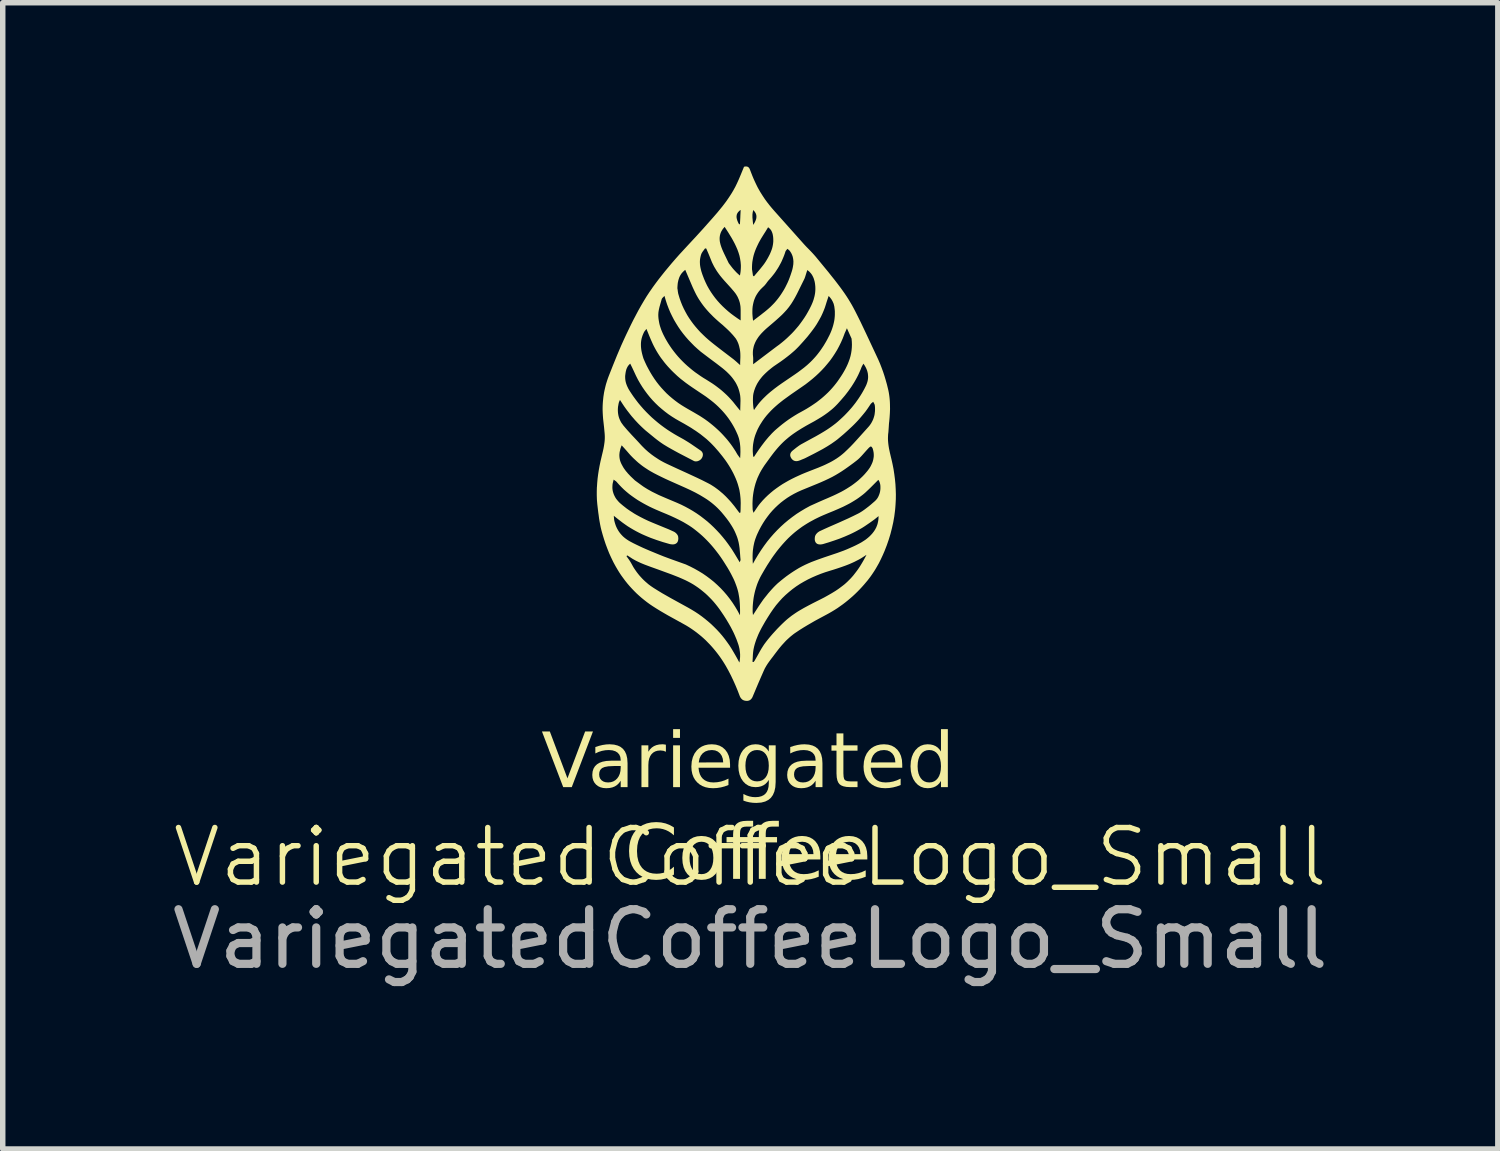
<source format=kicad_pcb>
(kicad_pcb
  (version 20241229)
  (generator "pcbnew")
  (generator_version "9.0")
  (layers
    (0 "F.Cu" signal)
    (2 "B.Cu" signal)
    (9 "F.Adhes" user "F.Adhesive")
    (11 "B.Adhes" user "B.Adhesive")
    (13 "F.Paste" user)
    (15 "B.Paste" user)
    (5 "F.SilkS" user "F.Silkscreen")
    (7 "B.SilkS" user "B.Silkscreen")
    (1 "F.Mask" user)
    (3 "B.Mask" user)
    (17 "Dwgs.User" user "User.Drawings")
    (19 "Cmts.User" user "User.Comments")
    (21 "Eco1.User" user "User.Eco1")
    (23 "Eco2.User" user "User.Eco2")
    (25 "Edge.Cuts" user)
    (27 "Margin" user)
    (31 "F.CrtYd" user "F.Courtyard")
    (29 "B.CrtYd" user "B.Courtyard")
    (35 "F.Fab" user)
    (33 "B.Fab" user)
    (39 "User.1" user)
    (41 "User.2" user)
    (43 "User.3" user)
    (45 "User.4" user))
  (footprint "VariegatedCoffeeLogo_Small"
    (layer "F.Cu")
    (at 10.696 13.154)
    (property "Reference" "VariegatedCoffeeLogo_Small" (at 0 -0.5 0) (unlocked yes) (layer "F.SilkS") (effects (font (size 1 1) (thickness 0.1))))
    (fp_poly (pts (xy -0.072 -13.154) (xy -0.068 -13.153) (xy -0.064 -13.153) (xy -0.06 -13.152) (xy -0.056 -13.151) (xy -0.053 -13.15) (xy -0.049 -13.149) (xy -0.046 -13.147) (xy -0.043 -13.146) (xy -0.04 -13.144) (xy -0.037 -13.142) (xy -0.034 -13.14) (xy -0.031 -13.137) (xy -0.028 -13.134) (xy -0.025 -13.131) (xy -0.023 -13.128) (xy -0.02 -13.125) (xy -0.018 -13.121) (xy -0.016 -13.117) (xy -0.013 -13.113) (xy -0.009 -13.104) (xy -0.005 -13.095) (xy 0.025 -13.017) (xy 0.04 -12.979) (xy 0.056 -12.94) (xy 0.073 -12.902) (xy 0.09 -12.865) (xy 0.108 -12.827) (xy 0.126 -12.79) (xy 0.142 -12.759) (xy 0.159 -12.729) (xy 0.176 -12.699) (xy 0.194 -12.669) (xy 0.231 -12.611) (xy 0.269 -12.554) (xy 0.31 -12.498) (xy 0.353 -12.443) (xy 0.397 -12.39) (xy 0.443 -12.337) (xy 0.971 -11.745) (xy 0.999 -11.714) (xy 1.028 -11.683) (xy 1.087 -11.623) (xy 1.116 -11.593) (xy 1.144 -11.563) (xy 1.172 -11.532) (xy 1.186 -11.516) (xy 1.2 -11.5) (xy 1.316 -11.359) (xy 1.432 -11.218) (xy 1.489 -11.146) (xy 1.546 -11.075) (xy 1.602 -11.002) (xy 1.657 -10.929) (xy 1.693 -10.879) (xy 1.729 -10.828) (xy 1.764 -10.776) (xy 1.798 -10.723) (xy 1.83 -10.67) (xy 1.862 -10.616) (xy 1.892 -10.561) (xy 1.921 -10.506) (xy 1.972 -10.405) (xy 2.022 -10.304) (xy 2.119 -10.1) (xy 2.311 -9.69) (xy 2.345 -9.617) (xy 2.377 -9.543) (xy 2.406 -9.468) (xy 2.434 -9.392) (xy 2.459 -9.316) (xy 2.482 -9.239) (xy 2.504 -9.161) (xy 2.523 -9.083) (xy 2.532 -9.045) (xy 2.539 -9.008) (xy 2.545 -8.97) (xy 2.55 -8.933) (xy 2.554 -8.895) (xy 2.557 -8.858) (xy 2.559 -8.82) (xy 2.56 -8.782) (xy 2.561 -8.707) (xy 2.558 -8.632) (xy 2.553 -8.556) (xy 2.546 -8.48) (xy 2.543 -8.457) (xy 2.541 -8.433) (xy 2.538 -8.385) (xy 2.531 -8.286) (xy 2.526 -8.247) (xy 2.524 -8.209) (xy 2.523 -8.171) (xy 2.524 -8.134) (xy 2.527 -8.097) (xy 2.531 -8.06) (xy 2.536 -8.024) (xy 2.542 -7.988) (xy 2.557 -7.916) (xy 2.574 -7.844) (xy 2.591 -7.773) (xy 2.607 -7.701) (xy 2.625 -7.61) (xy 2.639 -7.518) (xy 2.651 -7.426) (xy 2.66 -7.333) (xy 2.665 -7.241) (xy 2.668 -7.148) (xy 2.667 -7.055) (xy 2.662 -6.962) (xy 2.658 -6.907) (xy 2.653 -6.852) (xy 2.646 -6.798) (xy 2.639 -6.743) (xy 2.62 -6.635) (xy 2.596 -6.527) (xy 2.569 -6.421) (xy 2.537 -6.316) (xy 2.501 -6.212) (xy 2.461 -6.109) (xy 2.428 -6.033) (xy 2.393 -5.958) (xy 2.356 -5.884) (xy 2.315 -5.812) (xy 2.294 -5.776) (xy 2.272 -5.741) (xy 2.249 -5.706) (xy 2.226 -5.672) (xy 2.202 -5.638) (xy 2.177 -5.605) (xy 2.151 -5.571) (xy 2.124 -5.539) (xy 2.085 -5.493) (xy 2.045 -5.448) (xy 2.005 -5.405) (xy 1.963 -5.362) (xy 1.921 -5.321) (xy 1.878 -5.281) (xy 1.833 -5.242) (xy 1.788 -5.204) (xy 1.742 -5.167) (xy 1.695 -5.131) (xy 1.647 -5.097) (xy 1.599 -5.063) (xy 1.549 -5.031) (xy 1.498 -5) (xy 1.446 -4.97) (xy 1.393 -4.941) (xy 1.253 -4.866) (xy 1.183 -4.828) (xy 1.114 -4.788) (xy 1.045 -4.748) (xy 0.977 -4.707) (xy 0.91 -4.665) (xy 0.844 -4.621) (xy 0.817 -4.603) (xy 0.791 -4.584) (xy 0.766 -4.564) (xy 0.741 -4.544) (xy 0.716 -4.522) (xy 0.693 -4.501) (xy 0.669 -4.479) (xy 0.646 -4.456) (xy 0.624 -4.432) (xy 0.602 -4.408) (xy 0.58 -4.384) (xy 0.559 -4.359) (xy 0.538 -4.334) (xy 0.518 -4.309) (xy 0.478 -4.257) (xy 0.446 -4.215) (xy 0.415 -4.173) (xy 0.383 -4.132) (xy 0.352 -4.09) (xy 0.337 -4.069) (xy 0.322 -4.048) (xy 0.308 -4.026) (xy 0.294 -4.004) (xy 0.281 -3.981) (xy 0.268 -3.959) (xy 0.257 -3.935) (xy 0.246 -3.911) (xy 0.195 -3.795) (xy 0.144 -3.677) (xy 0.045 -3.442) (xy 0.041 -3.432) (xy 0.036 -3.423) (xy 0.031 -3.415) (xy 0.025 -3.407) (xy 0.023 -3.403) (xy 0.02 -3.399) (xy 0.016 -3.396) (xy 0.013 -3.392) (xy 0.01 -3.389) (xy 0.007 -3.386) (xy 0.003 -3.384) (xy -0.001 -3.381) (xy -0.004 -3.378) (xy -0.008 -3.376) (xy -0.012 -3.374) (xy -0.016 -3.372) (xy -0.02 -3.37) (xy -0.025 -3.369) (xy -0.029 -3.367) (xy -0.034 -3.366) (xy -0.038 -3.365) (xy -0.043 -3.364) (xy -0.048 -3.363) (xy -0.053 -3.363) (xy -0.058 -3.363) (xy -0.064 -3.363) (xy -0.069 -3.363) (xy -0.075 -3.363) (xy -0.086 -3.364) (xy -0.096 -3.366) (xy -0.106 -3.368) (xy -0.116 -3.371) (xy -0.125 -3.375) (xy -0.134 -3.379) (xy -0.142 -3.384) (xy -0.149 -3.39) (xy -0.156 -3.396) (xy -0.163 -3.403) (xy -0.169 -3.41) (xy -0.175 -3.418) (xy -0.18 -3.426) (xy -0.185 -3.435) (xy -0.19 -3.445) (xy -0.194 -3.455) (xy -0.23 -3.549) (xy -0.269 -3.643) (xy -0.31 -3.735) (xy -0.353 -3.826) (xy -0.399 -3.915) (xy -0.448 -4.003) (xy -0.474 -4.046) (xy -0.501 -4.089) (xy -0.529 -4.131) (xy -0.558 -4.173) (xy -0.592 -4.219) (xy -0.627 -4.264) (xy -0.663 -4.308) (xy -0.699 -4.35) (xy -0.737 -4.392) (xy -0.776 -4.432) (xy -0.815 -4.472) (xy -0.856 -4.51) (xy -0.898 -4.547) (xy -0.941 -4.582) (xy -0.985 -4.617) (xy -1.03 -4.65) (xy -1.076 -4.682) (xy -1.123 -4.713) (xy -1.172 -4.743) (xy -1.222 -4.771) (xy -1.508 -4.929) (xy -1.579 -4.97) (xy -1.649 -5.011) (xy -1.719 -5.054) (xy -1.788 -5.098) (xy -1.84 -5.133) (xy -1.891 -5.17) (xy -1.941 -5.209) (xy -1.99 -5.249) (xy -2.037 -5.29) (xy -2.083 -5.332) (xy -2.127 -5.376) (xy -2.17 -5.421) (xy -2.212 -5.467) (xy -2.253 -5.515) (xy -2.292 -5.564) (xy -2.329 -5.614) (xy -2.366 -5.665) (xy -2.401 -5.718) (xy -2.434 -5.772) (xy -2.466 -5.827) (xy -2.488 -5.867) (xy -2.509 -5.906) (xy -2.548 -5.987) (xy -2.561 -6.015) (xy -2.268 -6.015) (xy -2.256 -5.998) (xy -2.245 -5.982) (xy -2.222 -5.95) (xy -2.211 -5.933) (xy -2.2 -5.917) (xy -2.195 -5.908) (xy -2.19 -5.9) (xy -2.185 -5.891) (xy -2.18 -5.883) (xy -2.161 -5.848) (xy -2.142 -5.814) (xy -2.121 -5.781) (xy -2.099 -5.749) (xy -2.077 -5.718) (xy -2.053 -5.687) (xy -2.029 -5.658) (xy -2.003 -5.629) (xy -1.977 -5.601) (xy -1.95 -5.574) (xy -1.922 -5.548) (xy -1.893 -5.523) (xy -1.864 -5.498) (xy -1.833 -5.475) (xy -1.802 -5.453) (xy -1.769 -5.431) (xy -1.692 -5.383) (xy -1.615 -5.336) (xy -1.536 -5.291) (xy -1.457 -5.246) (xy -1.139 -5.071) (xy -1.073 -5.033) (xy -1.009 -4.994) (xy -0.947 -4.953) (xy -0.886 -4.909) (xy -0.828 -4.864) (xy -0.771 -4.817) (xy -0.716 -4.769) (xy -0.663 -4.718) (xy -0.611 -4.666) (xy -0.561 -4.612) (xy -0.513 -4.556) (xy -0.467 -4.498) (xy -0.423 -4.438) (xy -0.38 -4.377) (xy -0.34 -4.314) (xy -0.301 -4.248) (xy -0.275 -4.203) (xy -0.249 -4.157) (xy -0.199 -4.065) (xy -0.196 -4.078) (xy 0.041 -4.078) (xy 0.062 -4.075) (xy 0.065 -4.078) (xy 0.067 -4.081) (xy 0.071 -4.087) (xy 0.073 -4.09) (xy 0.076 -4.093) (xy 0.078 -4.096) (xy 0.079 -4.098) (xy 0.08 -4.099) (xy 0.105 -4.143) (xy 0.13 -4.187) (xy 0.179 -4.275) (xy 0.204 -4.318) (xy 0.231 -4.361) (xy 0.244 -4.381) (xy 0.258 -4.402) (xy 0.273 -4.422) (xy 0.288 -4.442) (xy 0.326 -4.491) (xy 0.366 -4.539) (xy 0.407 -4.587) (xy 0.449 -4.633) (xy 0.491 -4.679) (xy 0.535 -4.724) (xy 0.579 -4.768) (xy 0.624 -4.811) (xy 0.657 -4.841) (xy 0.691 -4.87) (xy 0.725 -4.897) (xy 0.76 -4.924) (xy 0.796 -4.949) (xy 0.832 -4.974) (xy 0.869 -4.998) (xy 0.907 -5.021) (xy 0.983 -5.065) (xy 1.061 -5.107) (xy 1.139 -5.148) (xy 1.218 -5.188) (xy 1.288 -5.223) (xy 1.358 -5.259) (xy 1.426 -5.297) (xy 1.494 -5.336) (xy 1.561 -5.377) (xy 1.594 -5.399) (xy 1.627 -5.422) (xy 1.659 -5.446) (xy 1.691 -5.47) (xy 1.723 -5.495) (xy 1.754 -5.522) (xy 1.783 -5.549) (xy 1.811 -5.577) (xy 1.839 -5.605) (xy 1.865 -5.634) (xy 1.891 -5.664) (xy 1.915 -5.695) (xy 1.939 -5.726) (xy 1.963 -5.758) (xy 1.986 -5.791) (xy 2.008 -5.824) (xy 2.029 -5.858) (xy 2.05 -5.893) (xy 2.071 -5.929) (xy 2.091 -5.965) (xy 2.111 -6.002) (xy 2.13 -6.039) (xy 2.096 -6.017) (xy 2.067 -5.998) (xy 2.04 -5.981) (xy 2.027 -5.973) (xy 2.014 -5.965) (xy 1.981 -5.947) (xy 1.947 -5.93) (xy 1.914 -5.913) (xy 1.88 -5.897) (xy 1.812 -5.867) (xy 1.742 -5.84) (xy 1.672 -5.815) (xy 1.601 -5.791) (xy 1.53 -5.768) (xy 1.458 -5.746) (xy 1.375 -5.72) (xy 1.293 -5.691) (xy 1.213 -5.659) (xy 1.135 -5.625) (xy 1.058 -5.588) (xy 0.984 -5.548) (xy 0.912 -5.506) (xy 0.842 -5.46) (xy 0.775 -5.411) (xy 0.71 -5.358) (xy 0.647 -5.303) (xy 0.586 -5.244) (xy 0.529 -5.181) (xy 0.473 -5.115) (xy 0.421 -5.045) (xy 0.371 -4.972) (xy 0.322 -4.895) (xy 0.274 -4.817) (xy 0.229 -4.738) (xy 0.207 -4.699) (xy 0.186 -4.658) (xy 0.166 -4.618) (xy 0.147 -4.577) (xy 0.13 -4.535) (xy 0.113 -4.493) (xy 0.098 -4.45) (xy 0.084 -4.406) (xy 0.072 -4.362) (xy 0.062 -4.317) (xy 0.059 -4.302) (xy 0.057 -4.288) (xy 0.053 -4.258) (xy 0.05 -4.228) (xy 0.048 -4.198) (xy 0.045 -4.138) (xy 0.043 -4.108) (xy 0.041 -4.078) (xy -0.196 -4.078) (xy -0.195 -4.087) (xy -0.191 -4.11) (xy -0.189 -4.132) (xy -0.187 -4.154) (xy -0.186 -4.176) (xy -0.186 -4.198) (xy -0.186 -4.22) (xy -0.188 -4.242) (xy -0.19 -4.263) (xy -0.193 -4.284) (xy -0.196 -4.306) (xy -0.2 -4.327) (xy -0.205 -4.348) (xy -0.21 -4.369) (xy -0.216 -4.389) (xy -0.223 -4.41) (xy -0.237 -4.449) (xy -0.251 -4.488) (xy -0.267 -4.526) (xy -0.283 -4.564) (xy -0.3 -4.602) (xy -0.318 -4.639) (xy -0.356 -4.713) (xy -0.397 -4.785) (xy -0.44 -4.857) (xy -0.486 -4.929) (xy -0.534 -5) (xy -0.566 -5.046) (xy -0.599 -5.09) (xy -0.634 -5.134) (xy -0.669 -5.176) (xy -0.706 -5.217) (xy -0.744 -5.256) (xy -0.783 -5.295) (xy -0.823 -5.332) (xy -0.865 -5.367) (xy -0.907 -5.401) (xy -0.951 -5.434) (xy -0.996 -5.465) (xy -1.042 -5.495) (xy -1.09 -5.523) (xy -1.139 -5.549) (xy -1.189 -5.574) (xy -1.251 -5.602) (xy -1.314 -5.629) (xy -1.377 -5.654) (xy -1.441 -5.679) (xy -1.698 -5.773) (xy -1.821 -5.817) (xy -1.883 -5.84) (xy -1.944 -5.863) (xy -2.004 -5.888) (xy -2.034 -5.902) (xy -2.064 -5.916) (xy -2.093 -5.93) (xy -2.122 -5.946) (xy -2.151 -5.962) (xy -2.179 -5.98) (xy -2.197 -5.992) (xy -2.216 -6.004) (xy -2.253 -6.028) (xy -2.268 -6.015) (xy -2.561 -6.015) (xy -2.585 -6.068) (xy -2.618 -6.151) (xy -2.649 -6.234) (xy -2.677 -6.318) (xy -2.703 -6.403) (xy -2.727 -6.489) (xy -2.74 -6.543) (xy -2.751 -6.597) (xy -2.761 -6.652) (xy -2.77 -6.706) (xy -2.777 -6.761) (xy -2.785 -6.817) (xy -2.798 -6.927) (xy -2.802 -6.961) (xy -2.805 -6.995) (xy -2.808 -7.029) (xy -2.81 -7.064) (xy -2.811 -7.098) (xy -2.812 -7.132) (xy -2.812 -7.167) (xy -2.812 -7.201) (xy -2.81 -7.276) (xy -2.526 -7.276) (xy -2.525 -7.25) (xy -2.522 -7.224) (xy -2.517 -7.199) (xy -2.51 -7.175) (xy -2.502 -7.151) (xy -2.492 -7.128) (xy -2.481 -7.106) (xy -2.469 -7.084) (xy -2.455 -7.063) (xy -2.439 -7.043) (xy -2.422 -7.023) (xy -2.405 -7.004) (xy -2.386 -6.986) (xy -2.365 -6.968) (xy -2.333 -6.941) (xy -2.3 -6.915) (xy -2.267 -6.889) (xy -2.233 -6.865) (xy -2.198 -6.841) (xy -2.163 -6.819) (xy -2.128 -6.796) (xy -2.092 -6.775) (xy -2.056 -6.755) (xy -2.019 -6.735) (xy -1.945 -6.697) (xy -1.869 -6.661) (xy -1.792 -6.628) (xy -1.595 -6.547) (xy -1.497 -6.507) (xy -1.448 -6.485) (xy -1.4 -6.463) (xy -1.394 -6.46) (xy -1.387 -6.456) (xy -1.381 -6.452) (xy -1.374 -6.447) (xy -1.368 -6.442) (xy -1.362 -6.437) (xy -1.356 -6.431) (xy -1.35 -6.425) (xy -1.345 -6.419) (xy -1.34 -6.412) (xy -1.335 -6.406) (xy -1.331 -6.399) (xy -1.328 -6.392) (xy -1.326 -6.389) (xy -1.325 -6.386) (xy -1.324 -6.382) (xy -1.323 -6.379) (xy -1.322 -6.376) (xy -1.321 -6.373) (xy -1.32 -6.362) (xy -1.319 -6.352) (xy -1.318 -6.342) (xy -1.318 -6.333) (xy -1.319 -6.324) (xy -1.32 -6.315) (xy -1.321 -6.307) (xy -1.323 -6.299) (xy -1.325 -6.291) (xy -1.328 -6.284) (xy -1.331 -6.278) (xy -1.334 -6.271) (xy -1.338 -6.266) (xy -1.343 -6.26) (xy -1.347 -6.255) (xy -1.353 -6.251) (xy -1.358 -6.247) (xy -1.364 -6.243) (xy -1.37 -6.24) (xy -1.377 -6.237) (xy -1.384 -6.234) (xy -1.392 -6.233) (xy -1.4 -6.231) (xy -1.408 -6.23) (xy -1.417 -6.23) (xy -1.425 -6.229) (xy -1.435 -6.23) (xy -1.444 -6.231) (xy -1.454 -6.232) (xy -1.465 -6.234) (xy -1.475 -6.236) (xy -1.486 -6.239) (xy -1.6 -6.272) (xy -1.713 -6.309) (xy -1.824 -6.349) (xy -1.878 -6.371) (xy -1.932 -6.394) (xy -1.986 -6.418) (xy -2.039 -6.444) (xy -2.091 -6.471) (xy -2.143 -6.5) (xy -2.194 -6.53) (xy -2.244 -6.561) (xy -2.293 -6.595) (xy -2.342 -6.63) (xy -2.36 -6.644) (xy -2.378 -6.658) (xy -2.416 -6.687) (xy -2.5 -6.754) (xy -2.499 -6.74) (xy -2.498 -6.727) (xy -2.496 -6.705) (xy -2.495 -6.695) (xy -2.494 -6.686) (xy -2.493 -6.677) (xy -2.492 -6.669) (xy -2.484 -6.637) (xy -2.475 -6.607) (xy -2.465 -6.577) (xy -2.453 -6.548) (xy -2.44 -6.521) (xy -2.425 -6.494) (xy -2.409 -6.468) (xy -2.392 -6.444) (xy -2.373 -6.42) (xy -2.353 -6.398) (xy -2.332 -6.376) (xy -2.309 -6.356) (xy -2.285 -6.337) (xy -2.26 -6.319) (xy -2.234 -6.302) (xy -2.207 -6.286) (xy -2.147 -6.254) (xy -2.086 -6.224) (xy -2.025 -6.195) (xy -1.963 -6.166) (xy -1.901 -6.139) (xy -1.838 -6.112) (xy -1.712 -6.06) (xy -1.648 -6.034) (xy -1.583 -6.008) (xy -1.451 -5.959) (xy -1.18 -5.862) (xy -1.099 -5.824) (xy -1.021 -5.784) (xy -0.945 -5.741) (xy -0.871 -5.696) (xy -0.8 -5.647) (xy -0.732 -5.596) (xy -0.666 -5.543) (xy -0.603 -5.486) (xy -0.542 -5.427) (xy -0.484 -5.365) (xy -0.428 -5.3) (xy -0.375 -5.232) (xy -0.324 -5.161) (xy -0.276 -5.087) (xy -0.231 -5.011) (xy -0.188 -4.931) (xy -0.187 -4.98) (xy -0.187 -4.999) (xy 0.044 -4.999) (xy 0.044 -4.992) (xy 0.045 -4.984) (xy 0.045 -4.977) (xy 0.046 -4.969) (xy 0.048 -4.953) (xy 0.049 -4.944) (xy 0.05 -4.935) (xy 0.105 -5.019) (xy 0.158 -5.101) (xy 0.185 -5.141) (xy 0.212 -5.18) (xy 0.239 -5.219) (xy 0.268 -5.256) (xy 0.298 -5.293) (xy 0.328 -5.331) (xy 0.359 -5.367) (xy 0.391 -5.403) (xy 0.423 -5.438) (xy 0.457 -5.473) (xy 0.474 -5.489) (xy 0.491 -5.506) (xy 0.509 -5.522) (xy 0.527 -5.537) (xy 0.57 -5.573) (xy 0.614 -5.608) (xy 0.659 -5.643) (xy 0.705 -5.676) (xy 0.751 -5.708) (xy 0.798 -5.739) (xy 0.846 -5.769) (xy 0.894 -5.798) (xy 0.95 -5.828) (xy 1.006 -5.856) (xy 1.063 -5.882) (xy 1.121 -5.907) (xy 1.238 -5.951) (xy 1.357 -5.993) (xy 1.595 -6.073) (xy 1.713 -6.116) (xy 1.772 -6.14) (xy 1.829 -6.165) (xy 1.883 -6.189) (xy 1.936 -6.214) (xy 1.989 -6.241) (xy 2.015 -6.255) (xy 2.04 -6.269) (xy 2.065 -6.285) (xy 2.09 -6.301) (xy 2.114 -6.317) (xy 2.137 -6.335) (xy 2.16 -6.354) (xy 2.182 -6.373) (xy 2.203 -6.394) (xy 2.224 -6.416) (xy 2.239 -6.433) (xy 2.252 -6.45) (xy 2.265 -6.467) (xy 2.277 -6.485) (xy 2.289 -6.504) (xy 2.299 -6.523) (xy 2.309 -6.542) (xy 2.317 -6.562) (xy 2.325 -6.583) (xy 2.332 -6.604) (xy 2.337 -6.626) (xy 2.342 -6.649) (xy 2.346 -6.673) (xy 2.349 -6.697) (xy 2.35 -6.722) (xy 2.351 -6.748) (xy 2.325 -6.727) (xy 2.303 -6.709) (xy 2.293 -6.701) (xy 2.283 -6.693) (xy 2.274 -6.686) (xy 2.264 -6.679) (xy 2.224 -6.65) (xy 2.183 -6.621) (xy 2.095 -6.561) (xy 2.051 -6.533) (xy 2.006 -6.507) (xy 1.961 -6.482) (xy 1.916 -6.458) (xy 1.87 -6.435) (xy 1.823 -6.413) (xy 1.729 -6.372) (xy 1.634 -6.334) (xy 1.537 -6.3) (xy 1.44 -6.268) (xy 1.341 -6.238) (xy 1.33 -6.235) (xy 1.32 -6.233) (xy 1.31 -6.231) (xy 1.3 -6.23) (xy 1.291 -6.229) (xy 1.282 -6.228) (xy 1.274 -6.229) (xy 1.265 -6.229) (xy 1.257 -6.23) (xy 1.25 -6.232) (xy 1.243 -6.234) (xy 1.236 -6.236) (xy 1.229 -6.239) (xy 1.223 -6.242) (xy 1.218 -6.246) (xy 1.212 -6.251) (xy 1.207 -6.255) (xy 1.203 -6.26) (xy 1.199 -6.266) (xy 1.195 -6.272) (xy 1.192 -6.278) (xy 1.189 -6.285) (xy 1.187 -6.292) (xy 1.185 -6.299) (xy 1.183 -6.307) (xy 1.182 -6.315) (xy 1.182 -6.324) (xy 1.182 -6.333) (xy 1.182 -6.343) (xy 1.183 -6.352) (xy 1.184 -6.362) (xy 1.186 -6.373) (xy 1.187 -6.377) (xy 1.188 -6.38) (xy 1.189 -6.384) (xy 1.191 -6.388) (xy 1.194 -6.395) (xy 1.198 -6.402) (xy 1.202 -6.41) (xy 1.207 -6.417) (xy 1.213 -6.424) (xy 1.219 -6.431) (xy 1.225 -6.437) (xy 1.232 -6.444) (xy 1.239 -6.45) (xy 1.246 -6.455) (xy 1.253 -6.46) (xy 1.26 -6.465) (xy 1.267 -6.469) (xy 1.275 -6.473) (xy 1.361 -6.513) (xy 1.448 -6.552) (xy 1.622 -6.628) (xy 1.795 -6.706) (xy 1.881 -6.747) (xy 1.966 -6.789) (xy 1.988 -6.8) (xy 2.009 -6.812) (xy 2.03 -6.825) (xy 2.051 -6.838) (xy 2.071 -6.852) (xy 2.091 -6.866) (xy 2.131 -6.896) (xy 2.17 -6.926) (xy 2.209 -6.958) (xy 2.246 -6.99) (xy 2.284 -7.023) (xy 2.294 -7.033) (xy 2.304 -7.043) (xy 2.314 -7.055) (xy 2.323 -7.066) (xy 2.331 -7.078) (xy 2.339 -7.091) (xy 2.346 -7.104) (xy 2.352 -7.117) (xy 2.363 -7.144) (xy 2.372 -7.171) (xy 2.379 -7.2) (xy 2.383 -7.228) (xy 2.385 -7.256) (xy 2.385 -7.283) (xy 2.384 -7.309) (xy 2.38 -7.334) (xy 2.374 -7.357) (xy 2.367 -7.378) (xy 2.362 -7.388) (xy 2.357 -7.397) (xy 2.352 -7.405) (xy 2.346 -7.412) (xy 2.286 -7.352) (xy 2.226 -7.292) (xy 2.196 -7.262) (xy 2.165 -7.232) (xy 2.134 -7.203) (xy 2.103 -7.174) (xy 2.066 -7.143) (xy 2.028 -7.114) (xy 1.989 -7.085) (xy 1.95 -7.058) (xy 1.91 -7.033) (xy 1.869 -7.008) (xy 1.828 -6.984) (xy 1.786 -6.962) (xy 1.743 -6.94) (xy 1.701 -6.919) (xy 1.614 -6.88) (xy 1.526 -6.842) (xy 1.437 -6.806) (xy 1.335 -6.763) (xy 1.285 -6.741) (xy 1.235 -6.717) (xy 1.186 -6.693) (xy 1.138 -6.667) (xy 1.09 -6.641) (xy 1.043 -6.613) (xy 0.997 -6.584) (xy 0.951 -6.554) (xy 0.907 -6.522) (xy 0.863 -6.489) (xy 0.82 -6.455) (xy 0.778 -6.419) (xy 0.737 -6.382) (xy 0.696 -6.343) (xy 0.659 -6.305) (xy 0.623 -6.266) (xy 0.588 -6.227) (xy 0.554 -6.187) (xy 0.521 -6.147) (xy 0.488 -6.106) (xy 0.457 -6.064) (xy 0.426 -6.022) (xy 0.396 -5.979) (xy 0.367 -5.935) (xy 0.31 -5.847) (xy 0.256 -5.757) (xy 0.203 -5.665) (xy 0.182 -5.626) (xy 0.163 -5.586) (xy 0.145 -5.546) (xy 0.129 -5.506) (xy 0.115 -5.465) (xy 0.102 -5.424) (xy 0.09 -5.383) (xy 0.08 -5.342) (xy 0.071 -5.3) (xy 0.063 -5.258) (xy 0.057 -5.216) (xy 0.052 -5.173) (xy 0.048 -5.13) (xy 0.045 -5.087) (xy 0.044 -5.043) (xy 0.044 -4.999) (xy -0.187 -4.999) (xy -0.187 -5.028) (xy -0.188 -5.075) (xy -0.19 -5.123) (xy -0.193 -5.169) (xy -0.197 -5.216) (xy -0.203 -5.262) (xy -0.211 -5.308) (xy -0.217 -5.342) (xy -0.225 -5.375) (xy -0.234 -5.408) (xy -0.244 -5.44) (xy -0.255 -5.472) (xy -0.267 -5.504) (xy -0.279 -5.536) (xy -0.292 -5.567) (xy -0.306 -5.598) (xy -0.321 -5.628) (xy -0.352 -5.689) (xy -0.385 -5.749) (xy -0.419 -5.807) (xy -0.48 -5.904) (xy -0.511 -5.952) (xy -0.543 -5.999) (xy -0.576 -6.045) (xy -0.61 -6.09) (xy -0.645 -6.135) (xy -0.681 -6.179) (xy -0.718 -6.222) (xy -0.756 -6.264) (xy -0.795 -6.305) (xy -0.835 -6.345) (xy -0.876 -6.384) (xy -0.919 -6.422) (xy -0.963 -6.459) (xy -1.008 -6.495) (xy -1.043 -6.522) (xy -1.078 -6.547) (xy -1.114 -6.571) (xy -1.151 -6.594) (xy -1.188 -6.616) (xy -1.225 -6.638) (xy -1.263 -6.658) (xy -1.301 -6.678) (xy -1.379 -6.716) (xy -1.457 -6.752) (xy -1.536 -6.786) (xy -1.616 -6.819) (xy -1.733 -6.869) (xy -1.79 -6.895) (xy -1.847 -6.922) (xy -1.903 -6.951) (xy -1.958 -6.981) (xy -2.012 -7.012) (xy -2.065 -7.044) (xy -2.117 -7.079) (xy -2.168 -7.115) (xy -2.218 -7.152) (xy -2.266 -7.192) (xy -2.314 -7.234) (xy -2.359 -7.278) (xy -2.403 -7.324) (xy -2.446 -7.372) (xy -2.448 -7.375) (xy -2.451 -7.378) (xy -2.454 -7.38) (xy -2.457 -7.383) (xy -2.46 -7.386) (xy -2.463 -7.388) (xy -2.466 -7.391) (xy -2.47 -7.393) (xy -2.485 -7.404) (xy -2.494 -7.41) (xy -2.498 -7.414) (xy -2.503 -7.417) (xy -2.506 -7.404) (xy -2.509 -7.392) (xy -2.515 -7.37) (xy -2.517 -7.36) (xy -2.52 -7.35) (xy -2.521 -7.341) (xy -2.523 -7.331) (xy -2.525 -7.303) (xy -2.526 -7.276) (xy -2.81 -7.276) (xy -2.809 -7.28) (xy -2.804 -7.358) (xy -2.797 -7.436) (xy -2.787 -7.514) (xy -2.775 -7.591) (xy -2.761 -7.668) (xy -2.745 -7.745) (xy -2.727 -7.822) (xy -2.719 -7.856) (xy -2.398 -7.856) (xy -2.397 -7.836) (xy -2.395 -7.817) (xy -2.392 -7.797) (xy -2.388 -7.778) (xy -2.383 -7.759) (xy -2.376 -7.74) (xy -2.368 -7.72) (xy -2.357 -7.697) (xy -2.345 -7.675) (xy -2.333 -7.653) (xy -2.32 -7.631) (xy -2.306 -7.611) (xy -2.291 -7.59) (xy -2.276 -7.57) (xy -2.259 -7.551) (xy -2.243 -7.531) (xy -2.226 -7.513) (xy -2.208 -7.494) (xy -2.19 -7.475) (xy -2.152 -7.439) (xy -2.113 -7.402) (xy -2.052 -7.357) (xy -2.022 -7.335) (xy -1.992 -7.313) (xy -1.954 -7.286) (xy -1.916 -7.262) (xy -1.877 -7.238) (xy -1.837 -7.216) (xy -1.798 -7.194) (xy -1.757 -7.174) (xy -1.676 -7.134) (xy -1.593 -7.098) (xy -1.509 -7.062) (xy -1.342 -6.992) (xy -1.266 -6.958) (xy -1.192 -6.921) (xy -1.12 -6.882) (xy -1.05 -6.841) (xy -0.981 -6.797) (xy -0.915 -6.751) (xy -0.851 -6.702) (xy -0.788 -6.652) (xy -0.728 -6.599) (xy -0.669 -6.543) (xy -0.613 -6.486) (xy -0.558 -6.427) (xy -0.505 -6.365) (xy -0.453 -6.301) (xy -0.404 -6.235) (xy -0.356 -6.167) (xy -0.335 -6.136) (xy -0.315 -6.104) (xy -0.295 -6.072) (xy -0.275 -6.039) (xy -0.193 -5.902) (xy -0.191 -5.906) (xy -0.19 -5.91) (xy -0.187 -5.918) (xy -0.182 -5.931) (xy -0.18 -5.936) (xy -0.179 -5.938) (xy -0.179 -5.941) (xy -0.178 -5.943) (xy -0.178 -5.945) (xy -0.178 -5.948) (xy -0.178 -5.95) (xy -0.181 -5.985) (xy 0.043 -5.985) (xy 0.044 -5.949) (xy 0.045 -5.912) (xy 0.048 -5.874) (xy 0.096 -5.96) (xy 0.146 -6.043) (xy 0.198 -6.124) (xy 0.252 -6.202) (xy 0.308 -6.278) (xy 0.367 -6.351) (xy 0.428 -6.421) (xy 0.492 -6.489) (xy 0.558 -6.554) (xy 0.626 -6.616) (xy 0.698 -6.676) (xy 0.772 -6.733) (xy 0.848 -6.788) (xy 0.928 -6.839) (xy 1.01 -6.888) (xy 1.096 -6.935) (xy 1.258 -7.008) (xy 1.34 -7.044) (xy 1.422 -7.079) (xy 1.522 -7.123) (xy 1.571 -7.146) (xy 1.62 -7.17) (xy 1.668 -7.194) (xy 1.715 -7.22) (xy 1.761 -7.247) (xy 1.807 -7.276) (xy 1.852 -7.305) (xy 1.895 -7.336) (xy 1.938 -7.369) (xy 1.98 -7.403) (xy 2.02 -7.44) (xy 2.059 -7.477) (xy 2.097 -7.517) (xy 2.133 -7.559) (xy 2.152 -7.582) (xy 2.169 -7.605) (xy 2.186 -7.629) (xy 2.201 -7.653) (xy 2.214 -7.678) (xy 2.226 -7.703) (xy 2.237 -7.728) (xy 2.246 -7.754) (xy 2.253 -7.781) (xy 2.258 -7.808) (xy 2.26 -7.821) (xy 2.262 -7.835) (xy 2.263 -7.849) (xy 2.263 -7.863) (xy 2.263 -7.877) (xy 2.262 -7.891) (xy 2.261 -7.906) (xy 2.259 -7.92) (xy 2.256 -7.935) (xy 2.253 -7.95) (xy 2.249 -7.965) (xy 2.245 -7.98) (xy 2.244 -7.983) (xy 2.243 -7.987) (xy 2.241 -7.99) (xy 2.24 -7.993) (xy 2.238 -7.996) (xy 2.236 -7.999) (xy 2.234 -8.002) (xy 2.232 -8.005) (xy 2.23 -8.008) (xy 2.228 -8.011) (xy 2.226 -8.014) (xy 2.223 -8.016) (xy 2.221 -8.018) (xy 2.218 -8.02) (xy 2.215 -8.022) (xy 2.213 -8.023) (xy 2.212 -8.024) (xy 2.211 -8.024) (xy 2.21 -8.024) (xy 2.209 -8.024) (xy 2.208 -8.024) (xy 2.207 -8.023) (xy 2.206 -8.023) (xy 2.205 -8.023) (xy 2.202 -8.021) (xy 2.199 -8.02) (xy 2.197 -8.018) (xy 2.194 -8.016) (xy 2.191 -8.014) (xy 2.188 -8.012) (xy 2.185 -8.01) (xy 2.182 -8.007) (xy 2.179 -8.005) (xy 2.177 -8.002) (xy 2.174 -8) (xy 2.172 -7.998) (xy 2.144 -7.968) (xy 2.116 -7.937) (xy 2.061 -7.875) (xy 2.033 -7.844) (xy 2.019 -7.83) (xy 2.005 -7.815) (xy 1.99 -7.801) (xy 1.975 -7.787) (xy 1.959 -7.774) (xy 1.943 -7.761) (xy 1.891 -7.721) (xy 1.838 -7.682) (xy 1.784 -7.643) (xy 1.73 -7.605) (xy 1.675 -7.568) (xy 1.619 -7.533) (xy 1.562 -7.499) (xy 1.504 -7.467) (xy 1.436 -7.433) (xy 1.366 -7.4) (xy 1.296 -7.369) (xy 1.225 -7.339) (xy 0.939 -7.222) (xy 0.87 -7.191) (xy 0.803 -7.157) (xy 0.739 -7.121) (xy 0.677 -7.082) (xy 0.618 -7.04) (xy 0.562 -6.997) (xy 0.508 -6.95) (xy 0.456 -6.901) (xy 0.407 -6.85) (xy 0.36 -6.796) (xy 0.316 -6.739) (xy 0.274 -6.681) (xy 0.234 -6.619) (xy 0.197 -6.556) (xy 0.162 -6.49) (xy 0.13 -6.422) (xy 0.116 -6.39) (xy 0.104 -6.358) (xy 0.092 -6.326) (xy 0.082 -6.294) (xy 0.073 -6.261) (xy 0.066 -6.228) (xy 0.059 -6.195) (xy 0.054 -6.161) (xy 0.049 -6.127) (xy 0.046 -6.092) (xy 0.044 -6.057) (xy 0.043 -6.021) (xy 0.043 -5.985) (xy -0.181 -5.985) (xy -0.182 -5.992) (xy -0.185 -6.034) (xy -0.192 -6.119) (xy -0.196 -6.162) (xy -0.202 -6.204) (xy -0.205 -6.224) (xy -0.209 -6.245) (xy -0.213 -6.266) (xy -0.218 -6.286) (xy -0.228 -6.324) (xy -0.24 -6.362) (xy -0.254 -6.398) (xy -0.269 -6.434) (xy -0.285 -6.47) (xy -0.302 -6.504) (xy -0.321 -6.538) (xy -0.341 -6.571) (xy -0.362 -6.604) (xy -0.383 -6.636) (xy -0.406 -6.668) (xy -0.429 -6.699) (xy -0.478 -6.761) (xy -0.528 -6.821) (xy -0.563 -6.859) (xy -0.598 -6.895) (xy -0.635 -6.93) (xy -0.673 -6.963) (xy -0.712 -6.995) (xy -0.752 -7.025) (xy -0.793 -7.054) (xy -0.835 -7.081) (xy -0.878 -7.107) (xy -0.921 -7.133) (xy -0.965 -7.157) (xy -1.009 -7.181) (xy -1.1 -7.226) (xy -1.191 -7.268) (xy -1.481 -7.397) (xy -1.553 -7.43) (xy -1.624 -7.464) (xy -1.695 -7.499) (xy -1.765 -7.535) (xy -1.799 -7.554) (xy -1.833 -7.573) (xy -1.866 -7.593) (xy -1.898 -7.614) (xy -1.93 -7.635) (xy -1.962 -7.657) (xy -1.993 -7.68) (xy -2.023 -7.704) (xy -2.053 -7.728) (xy -2.082 -7.754) (xy -2.11 -7.78) (xy -2.138 -7.806) (xy -2.166 -7.834) (xy -2.193 -7.862) (xy -2.219 -7.891) (xy -2.244 -7.92) (xy -2.257 -7.935) (xy -2.27 -7.95) (xy -2.283 -7.964) (xy -2.296 -7.979) (xy -2.325 -8.011) (xy -2.356 -8.045) (xy -2.365 -8.022) (xy -2.373 -8) (xy -2.38 -7.979) (xy -2.385 -7.957) (xy -2.39 -7.936) (xy -2.394 -7.916) (xy -2.396 -7.896) (xy -2.398 -7.876) (xy -2.398 -7.856) (xy -2.719 -7.856) (xy -2.701 -7.931) (xy -2.689 -7.985) (xy -2.679 -8.04) (xy -2.675 -8.068) (xy -2.671 -8.096) (xy -2.668 -8.123) (xy -2.666 -8.151) (xy -2.665 -8.179) (xy -2.665 -8.207) (xy -2.666 -8.235) (xy -2.668 -8.264) (xy -2.673 -8.317) (xy -2.678 -8.371) (xy -2.69 -8.478) (xy -2.696 -8.531) (xy -2.7 -8.585) (xy -2.703 -8.638) (xy -2.705 -8.692) (xy -2.705 -8.693) (xy -2.426 -8.693) (xy -2.425 -8.665) (xy -2.423 -8.638) (xy -2.419 -8.611) (xy -2.414 -8.585) (xy -2.407 -8.559) (xy -2.398 -8.533) (xy -2.387 -8.508) (xy -2.375 -8.483) (xy -2.361 -8.458) (xy -2.344 -8.435) (xy -2.327 -8.411) (xy -2.289 -8.366) (xy -2.25 -8.321) (xy -2.21 -8.277) (xy -2.17 -8.233) (xy -2.089 -8.147) (xy -2.048 -8.103) (xy -2.008 -8.059) (xy -1.982 -8.031) (xy -1.955 -8.004) (xy -1.928 -7.977) (xy -1.899 -7.951) (xy -1.871 -7.926) (xy -1.841 -7.902) (xy -1.811 -7.878) (xy -1.781 -7.856) (xy -1.75 -7.834) (xy -1.718 -7.813) (xy -1.686 -7.792) (xy -1.654 -7.772) (xy -1.62 -7.753) (xy -1.587 -7.735) (xy -1.553 -7.718) (xy -1.518 -7.701) (xy -1.337 -7.617) (xy -1.155 -7.534) (xy -0.974 -7.45) (xy -0.884 -7.407) (xy -0.795 -7.362) (xy -0.76 -7.344) (xy -0.725 -7.325) (xy -0.692 -7.304) (xy -0.659 -7.283) (xy -0.627 -7.26) (xy -0.596 -7.237) (xy -0.565 -7.213) (xy -0.535 -7.187) (xy -0.505 -7.162) (xy -0.476 -7.135) (xy -0.448 -7.108) (xy -0.421 -7.08) (xy -0.394 -7.051) (xy -0.367 -7.022) (xy -0.341 -6.992) (xy -0.316 -6.961) (xy -0.3 -6.942) (xy -0.285 -6.923) (xy -0.256 -6.884) (xy -0.197 -6.806) (xy -0.18 -6.814) (xy -0.177 -6.874) (xy -0.176 -6.933) (xy -0.175 -6.979) (xy 0.041 -6.979) (xy 0.042 -6.924) (xy 0.044 -6.87) (xy 0.044 -6.866) (xy 0.045 -6.863) (xy 0.045 -6.859) (xy 0.046 -6.856) (xy 0.047 -6.852) (xy 0.048 -6.849) (xy 0.05 -6.842) (xy 0.054 -6.826) (xy 0.057 -6.817) (xy 0.059 -6.808) (xy 0.075 -6.831) (xy 0.091 -6.854) (xy 0.121 -6.899) (xy 0.136 -6.921) (xy 0.151 -6.942) (xy 0.167 -6.963) (xy 0.183 -6.983) (xy 0.228 -7.035) (xy 0.276 -7.085) (xy 0.325 -7.132) (xy 0.375 -7.176) (xy 0.427 -7.219) (xy 0.481 -7.259) (xy 0.535 -7.297) (xy 0.591 -7.334) (xy 0.649 -7.368) (xy 0.707 -7.401) (xy 0.766 -7.432) (xy 0.827 -7.462) (xy 0.888 -7.49) (xy 0.95 -7.518) (xy 1.013 -7.544) (xy 1.076 -7.569) (xy 1.248 -7.636) (xy 1.334 -7.672) (xy 1.376 -7.691) (xy 1.417 -7.711) (xy 1.458 -7.731) (xy 1.499 -7.753) (xy 1.538 -7.776) (xy 1.577 -7.8) (xy 1.615 -7.826) (xy 1.652 -7.853) (xy 1.688 -7.882) (xy 1.723 -7.912) (xy 1.782 -7.968) (xy 1.839 -8.024) (xy 1.895 -8.083) (xy 1.949 -8.142) (xy 2.057 -8.262) (xy 2.165 -8.382) (xy 2.183 -8.403) (xy 2.199 -8.425) (xy 2.214 -8.447) (xy 2.227 -8.47) (xy 2.239 -8.493) (xy 2.25 -8.517) (xy 2.259 -8.541) (xy 2.267 -8.566) (xy 2.274 -8.591) (xy 2.279 -8.616) (xy 2.282 -8.642) (xy 2.285 -8.668) (xy 2.286 -8.695) (xy 2.286 -8.722) (xy 2.285 -8.749) (xy 2.282 -8.777) (xy 2.281 -8.781) (xy 2.28 -8.785) (xy 2.279 -8.79) (xy 2.278 -8.794) (xy 2.276 -8.798) (xy 2.274 -8.802) (xy 2.272 -8.806) (xy 2.27 -8.81) (xy 2.266 -8.818) (xy 2.261 -8.827) (xy 2.257 -8.835) (xy 2.255 -8.839) (xy 2.253 -8.843) (xy 2.25 -8.84) (xy 2.246 -8.837) (xy 2.24 -8.832) (xy 2.233 -8.827) (xy 2.226 -8.821) (xy 2.223 -8.819) (xy 2.22 -8.816) (xy 2.217 -8.813) (xy 2.214 -8.81) (xy 2.211 -8.807) (xy 2.209 -8.804) (xy 2.206 -8.801) (xy 2.204 -8.798) (xy 2.174 -8.753) (xy 2.144 -8.709) (xy 2.113 -8.666) (xy 2.08 -8.625) (xy 2.046 -8.584) (xy 2.012 -8.544) (xy 1.977 -8.504) (xy 1.941 -8.466) (xy 1.904 -8.428) (xy 1.866 -8.391) (xy 1.789 -8.319) (xy 1.71 -8.248) (xy 1.629 -8.18) (xy 1.594 -8.151) (xy 1.558 -8.124) (xy 1.521 -8.098) (xy 1.484 -8.072) (xy 1.446 -8.048) (xy 1.408 -8.024) (xy 1.33 -7.978) (xy 1.25 -7.935) (xy 1.169 -7.892) (xy 1.003 -7.808) (xy 0.975 -7.796) (xy 0.947 -7.785) (xy 0.933 -7.779) (xy 0.919 -7.773) (xy 0.905 -7.768) (xy 0.891 -7.763) (xy 0.879 -7.76) (xy 0.868 -7.757) (xy 0.857 -7.756) (xy 0.846 -7.755) (xy 0.841 -7.755) (xy 0.836 -7.755) (xy 0.831 -7.756) (xy 0.826 -7.757) (xy 0.821 -7.758) (xy 0.816 -7.759) (xy 0.811 -7.76) (xy 0.807 -7.762) (xy 0.802 -7.764) (xy 0.798 -7.766) (xy 0.793 -7.768) (xy 0.789 -7.771) (xy 0.785 -7.773) (xy 0.781 -7.776) (xy 0.777 -7.78) (xy 0.773 -7.783) (xy 0.769 -7.787) (xy 0.766 -7.791) (xy 0.758 -7.799) (xy 0.752 -7.808) (xy 0.746 -7.819) (xy 0.743 -7.823) (xy 0.741 -7.828) (xy 0.739 -7.833) (xy 0.737 -7.837) (xy 0.736 -7.842) (xy 0.735 -7.846) (xy 0.734 -7.851) (xy 0.733 -7.855) (xy 0.732 -7.86) (xy 0.732 -7.864) (xy 0.732 -7.869) (xy 0.732 -7.873) (xy 0.733 -7.877) (xy 0.733 -7.881) (xy 0.734 -7.885) (xy 0.735 -7.89) (xy 0.736 -7.894) (xy 0.738 -7.898) (xy 0.739 -7.902) (xy 0.741 -7.906) (xy 0.745 -7.913) (xy 0.75 -7.921) (xy 0.756 -7.928) (xy 0.762 -7.935) (xy 0.768 -7.941) (xy 0.776 -7.948) (xy 0.817 -7.981) (xy 0.837 -7.997) (xy 0.858 -8.013) (xy 0.88 -8.029) (xy 0.901 -8.044) (xy 0.912 -8.051) (xy 0.923 -8.058) (xy 0.935 -8.065) (xy 0.946 -8.071) (xy 1.116 -8.164) (xy 1.201 -8.21) (xy 1.285 -8.258) (xy 1.368 -8.308) (xy 1.409 -8.334) (xy 1.449 -8.361) (xy 1.489 -8.389) (xy 1.528 -8.418) (xy 1.567 -8.448) (xy 1.604 -8.479) (xy 1.644 -8.515) (xy 1.683 -8.551) (xy 1.721 -8.587) (xy 1.758 -8.625) (xy 1.794 -8.663) (xy 1.829 -8.702) (xy 1.863 -8.741) (xy 1.896 -8.782) (xy 1.928 -8.823) (xy 1.958 -8.865) (xy 1.988 -8.908) (xy 2.016 -8.951) (xy 2.044 -8.996) (xy 2.07 -9.041) (xy 2.095 -9.087) (xy 2.119 -9.135) (xy 2.13 -9.16) (xy 2.139 -9.185) (xy 2.147 -9.21) (xy 2.153 -9.235) (xy 2.157 -9.261) (xy 2.159 -9.286) (xy 2.159 -9.312) (xy 2.157 -9.337) (xy 2.154 -9.363) (xy 2.148 -9.389) (xy 2.141 -9.414) (xy 2.131 -9.44) (xy 2.12 -9.465) (xy 2.106 -9.491) (xy 2.091 -9.516) (xy 2.073 -9.541) (xy 2.068 -9.531) (xy 2.063 -9.522) (xy 2.053 -9.505) (xy 2.049 -9.497) (xy 2.045 -9.489) (xy 2.043 -9.485) (xy 2.041 -9.482) (xy 2.039 -9.478) (xy 2.038 -9.474) (xy 2.019 -9.426) (xy 1.999 -9.38) (xy 1.978 -9.334) (xy 1.955 -9.289) (xy 1.931 -9.245) (xy 1.906 -9.202) (xy 1.88 -9.16) (xy 1.853 -9.118) (xy 1.824 -9.077) (xy 1.795 -9.036) (xy 1.765 -8.997) (xy 1.734 -8.957) (xy 1.669 -8.881) (xy 1.602 -8.806) (xy 1.575 -8.778) (xy 1.548 -8.751) (xy 1.52 -8.725) (xy 1.491 -8.7) (xy 1.461 -8.676) (xy 1.431 -8.652) (xy 1.401 -8.63) (xy 1.369 -8.607) (xy 1.338 -8.586) (xy 1.306 -8.565) (xy 1.24 -8.525) (xy 1.174 -8.486) (xy 1.106 -8.449) (xy 1.023 -8.403) (xy 0.94 -8.354) (xy 0.86 -8.304) (xy 0.82 -8.277) (xy 0.781 -8.25) (xy 0.743 -8.222) (xy 0.706 -8.193) (xy 0.669 -8.162) (xy 0.633 -8.131) (xy 0.599 -8.099) (xy 0.565 -8.065) (xy 0.532 -8.03) (xy 0.5 -7.994) (xy 0.468 -7.956) (xy 0.437 -7.918) (xy 0.407 -7.879) (xy 0.377 -7.839) (xy 0.348 -7.799) (xy 0.319 -7.759) (xy 0.261 -7.679) (xy 0.231 -7.633) (xy 0.202 -7.586) (xy 0.176 -7.539) (xy 0.153 -7.491) (xy 0.131 -7.443) (xy 0.113 -7.394) (xy 0.096 -7.344) (xy 0.082 -7.293) (xy 0.07 -7.242) (xy 0.06 -7.191) (xy 0.052 -7.139) (xy 0.046 -7.086) (xy 0.043 -7.033) (xy 0.041 -6.979) (xy -0.175 -6.979) (xy -0.175 -6.992) (xy -0.177 -7.051) (xy -0.179 -7.081) (xy -0.182 -7.11) (xy -0.185 -7.14) (xy -0.189 -7.169) (xy -0.194 -7.198) (xy -0.199 -7.227) (xy -0.206 -7.256) (xy -0.214 -7.285) (xy -0.229 -7.337) (xy -0.247 -7.389) (xy -0.267 -7.439) (xy -0.289 -7.488) (xy -0.312 -7.536) (xy -0.337 -7.583) (xy -0.363 -7.629) (xy -0.391 -7.675) (xy -0.42 -7.72) (xy -0.45 -7.764) (xy -0.482 -7.807) (xy -0.514 -7.849) (xy -0.582 -7.933) (xy -0.653 -8.014) (xy -0.688 -8.051) (xy -0.723 -8.087) (xy -0.76 -8.122) (xy -0.797 -8.156) (xy -0.836 -8.188) (xy -0.875 -8.219) (xy -0.914 -8.25) (xy -0.955 -8.279) (xy -0.996 -8.308) (xy -1.038 -8.335) (xy -1.08 -8.363) (xy -1.123 -8.389) (xy -1.21 -8.44) (xy -1.298 -8.489) (xy -1.368 -8.529) (xy -1.435 -8.571) (xy -1.5 -8.615) (xy -1.562 -8.662) (xy -1.622 -8.711) (xy -1.68 -8.761) (xy -1.736 -8.815) (xy -1.789 -8.87) (xy -1.839 -8.927) (xy -1.887 -8.987) (xy -1.933 -9.049) (xy -1.977 -9.113) (xy -2.018 -9.179) (xy -2.057 -9.247) (xy -2.093 -9.318) (xy -2.127 -9.391) (xy -2.135 -9.409) (xy -2.144 -9.427) (xy -2.161 -9.464) (xy -2.199 -9.541) (xy -2.205 -9.536) (xy -2.21 -9.531) (xy -2.216 -9.526) (xy -2.221 -9.521) (xy -2.226 -9.515) (xy -2.23 -9.51) (xy -2.239 -9.499) (xy -2.246 -9.488) (xy -2.252 -9.477) (xy -2.258 -9.465) (xy -2.263 -9.454) (xy -2.268 -9.442) (xy -2.272 -9.43) (xy -2.275 -9.417) (xy -2.278 -9.405) (xy -2.281 -9.393) (xy -2.283 -9.381) (xy -2.287 -9.356) (xy -2.289 -9.34) (xy -2.291 -9.325) (xy -2.292 -9.31) (xy -2.292 -9.296) (xy -2.291 -9.267) (xy -2.288 -9.239) (xy -2.283 -9.211) (xy -2.276 -9.184) (xy -2.267 -9.158) (xy -2.257 -9.132) (xy -2.245 -9.107) (xy -2.233 -9.082) (xy -2.219 -9.058) (xy -2.204 -9.034) (xy -2.173 -8.987) (xy -2.141 -8.94) (xy -2.097 -8.88) (xy -2.052 -8.821) (xy -2.005 -8.765) (xy -1.957 -8.71) (xy -1.907 -8.657) (xy -1.855 -8.605) (xy -1.803 -8.555) (xy -1.748 -8.507) (xy -1.692 -8.46) (xy -1.635 -8.415) (xy -1.577 -8.372) (xy -1.517 -8.33) (xy -1.455 -8.29) (xy -1.392 -8.251) (xy -1.328 -8.214) (xy -1.263 -8.178) (xy -1.218 -8.153) (xy -1.174 -8.126) (xy -1.13 -8.099) (xy -1.087 -8.071) (xy -0.916 -7.954) (xy -0.911 -7.951) (xy -0.906 -7.947) (xy -0.902 -7.943) (xy -0.898 -7.94) (xy -0.894 -7.936) (xy -0.89 -7.932) (xy -0.887 -7.928) (xy -0.884 -7.924) (xy -0.881 -7.92) (xy -0.879 -7.916) (xy -0.877 -7.911) (xy -0.875 -7.907) (xy -0.873 -7.903) (xy -0.871 -7.898) (xy -0.87 -7.894) (xy -0.869 -7.889) (xy -0.869 -7.884) (xy -0.868 -7.88) (xy -0.868 -7.875) (xy -0.868 -7.87) (xy -0.868 -7.865) (xy -0.869 -7.861) (xy -0.87 -7.856) (xy -0.871 -7.851) (xy -0.872 -7.846) (xy -0.873 -7.841) (xy -0.875 -7.836) (xy -0.877 -7.831) (xy -0.88 -7.825) (xy -0.882 -7.82) (xy -0.885 -7.815) (xy -0.888 -7.81) (xy -0.891 -7.806) (xy -0.894 -7.801) (xy -0.897 -7.797) (xy -0.9 -7.793) (xy -0.904 -7.789) (xy -0.908 -7.786) (xy -0.912 -7.782) (xy -0.916 -7.779) (xy -0.921 -7.776) (xy -0.925 -7.772) (xy -0.93 -7.77) (xy -0.935 -7.767) (xy -0.94 -7.764) (xy -0.945 -7.762) (xy -0.95 -7.76) (xy -0.955 -7.758) (xy -0.96 -7.756) (xy -0.965 -7.755) (xy -0.97 -7.753) (xy -0.976 -7.752) (xy -0.981 -7.751) (xy -0.986 -7.751) (xy -0.992 -7.751) (xy -0.997 -7.75) (xy -1.002 -7.751) (xy -1.007 -7.751) (xy -1.012 -7.752) (xy -1.017 -7.753) (xy -1.022 -7.754) (xy -1.027 -7.756) (xy -1.032 -7.758) (xy -1.036 -7.76) (xy -1.309 -7.902) (xy -1.377 -7.939) (xy -1.444 -7.976) (xy -1.511 -8.014) (xy -1.577 -8.054) (xy -1.599 -8.068) (xy -1.621 -8.083) (xy -1.643 -8.098) (xy -1.665 -8.114) (xy -1.708 -8.146) (xy -1.75 -8.179) (xy -1.922 -8.32) (xy -1.955 -8.35) (xy -1.988 -8.381) (xy -2.02 -8.412) (xy -2.052 -8.444) (xy -2.082 -8.476) (xy -2.113 -8.509) (xy -2.142 -8.543) (xy -2.172 -8.577) (xy -2.2 -8.612) (xy -2.228 -8.648) (xy -2.256 -8.684) (xy -2.283 -8.721) (xy -2.31 -8.759) (xy -2.336 -8.798) (xy -2.361 -8.837) (xy -2.387 -8.877) (xy -2.391 -8.868) (xy -2.395 -8.86) (xy -2.4 -8.848) (xy -2.402 -8.844) (xy -2.404 -8.84) (xy -2.405 -8.837) (xy -2.406 -8.834) (xy -2.413 -8.806) (xy -2.418 -8.777) (xy -2.423 -8.749) (xy -2.425 -8.721) (xy -2.426 -8.693) (xy -2.705 -8.693) (xy -2.705 -8.732) (xy -2.704 -8.772) (xy -2.702 -8.812) (xy -2.699 -8.852) (xy -2.695 -8.891) (xy -2.691 -8.931) (xy -2.685 -8.97) (xy -2.679 -9.01) (xy -2.671 -9.049) (xy -2.662 -9.088) (xy -2.653 -9.126) (xy -2.643 -9.165) (xy -2.631 -9.203) (xy -2.619 -9.241) (xy -2.606 -9.279) (xy -2.592 -9.316) (xy -2.517 -9.506) (xy -2.44 -9.696) (xy -2.4 -9.79) (xy -2.362 -9.879) (xy -2.003 -9.879) (xy -2.002 -9.849) (xy -1.999 -9.818) (xy -1.995 -9.787) (xy -1.989 -9.756) (xy -1.982 -9.725) (xy -1.974 -9.694) (xy -1.965 -9.662) (xy -1.955 -9.631) (xy -1.926 -9.565) (xy -1.896 -9.501) (xy -1.863 -9.439) (xy -1.829 -9.378) (xy -1.793 -9.319) (xy -1.755 -9.261) (xy -1.715 -9.205) (xy -1.673 -9.151) (xy -1.628 -9.098) (xy -1.582 -9.048) (xy -1.534 -8.998) (xy -1.483 -8.951) (xy -1.43 -8.906) (xy -1.375 -8.862) (xy -1.318 -8.82) (xy -1.258 -8.78) (xy -1.203 -8.746) (xy -1.147 -8.713) (xy -1.035 -8.649) (xy -0.979 -8.616) (xy -0.923 -8.583) (xy -0.869 -8.548) (xy -0.842 -8.53) (xy -0.816 -8.512) (xy -0.772 -8.48) (xy -0.73 -8.447) (xy -0.688 -8.413) (xy -0.648 -8.379) (xy -0.608 -8.343) (xy -0.569 -8.307) (xy -0.531 -8.269) (xy -0.495 -8.231) (xy -0.459 -8.191) (xy -0.424 -8.151) (xy -0.391 -8.11) (xy -0.358 -8.067) (xy -0.327 -8.024) (xy -0.297 -7.979) (xy -0.268 -7.934) (xy -0.241 -7.887) (xy -0.238 -7.882) (xy -0.235 -7.878) (xy -0.233 -7.874) (xy -0.23 -7.87) (xy -0.223 -7.861) (xy -0.217 -7.852) (xy -0.202 -7.832) (xy -0.194 -7.821) (xy -0.185 -7.809) (xy -0.182 -7.867) (xy -0.18 -7.925) (xy -0.181 -7.976) (xy 0.046 -7.976) (xy 0.046 -7.933) (xy 0.049 -7.889) (xy 0.053 -7.844) (xy 0.053 -7.844) (xy 0.054 -7.844) (xy 0.054 -7.843) (xy 0.054 -7.843) (xy 0.054 -7.842) (xy 0.054 -7.842) (xy 0.055 -7.842) (xy 0.055 -7.841) (xy 0.055 -7.841) (xy 0.056 -7.841) (xy 0.057 -7.84) (xy 0.057 -7.839) (xy 0.058 -7.838) (xy 0.059 -7.837) (xy 0.061 -7.837) (xy 0.063 -7.835) (xy 0.064 -7.834) (xy 0.065 -7.833) (xy 0.066 -7.832) (xy 0.067 -7.831) (xy 0.113 -7.901) (xy 0.16 -7.97) (xy 0.208 -8.037) (xy 0.258 -8.103) (xy 0.284 -8.136) (xy 0.31 -8.167) (xy 0.337 -8.199) (xy 0.365 -8.229) (xy 0.393 -8.26) (xy 0.422 -8.289) (xy 0.452 -8.318) (xy 0.484 -8.346) (xy 0.536 -8.39) (xy 0.589 -8.433) (xy 0.644 -8.475) (xy 0.699 -8.515) (xy 0.756 -8.553) (xy 0.814 -8.59) (xy 0.872 -8.625) (xy 0.932 -8.658) (xy 0.981 -8.685) (xy 1.03 -8.713) (xy 1.077 -8.742) (xy 1.124 -8.772) (xy 1.17 -8.803) (xy 1.215 -8.834) (xy 1.259 -8.868) (xy 1.302 -8.902) (xy 1.343 -8.937) (xy 1.384 -8.974) (xy 1.424 -9.012) (xy 1.463 -9.052) (xy 1.5 -9.093) (xy 1.536 -9.135) (xy 1.571 -9.179) (xy 1.605 -9.224) (xy 1.635 -9.268) (xy 1.664 -9.311) (xy 1.692 -9.355) (xy 1.718 -9.399) (xy 1.743 -9.444) (xy 1.766 -9.49) (xy 1.787 -9.536) (xy 1.806 -9.584) (xy 1.823 -9.632) (xy 1.837 -9.681) (xy 1.848 -9.731) (xy 1.856 -9.782) (xy 1.861 -9.835) (xy 1.863 -9.889) (xy 1.861 -9.944) (xy 1.856 -10.001) (xy 1.771 -10.19) (xy 1.756 -10.156) (xy 1.744 -10.128) (xy 1.738 -10.116) (xy 1.733 -10.104) (xy 1.728 -10.093) (xy 1.724 -10.081) (xy 1.695 -10.005) (xy 1.663 -9.932) (xy 1.628 -9.861) (xy 1.591 -9.792) (xy 1.55 -9.725) (xy 1.507 -9.66) (xy 1.462 -9.597) (xy 1.413 -9.537) (xy 1.363 -9.478) (xy 1.31 -9.421) (xy 1.255 -9.366) (xy 1.198 -9.313) (xy 1.138 -9.261) (xy 1.077 -9.212) (xy 1.014 -9.163) (xy 0.948 -9.117) (xy 0.751 -8.981) (xy 0.654 -8.911) (xy 0.606 -8.876) (xy 0.559 -8.839) (xy 0.513 -8.802) (xy 0.468 -8.763) (xy 0.424 -8.723) (xy 0.381 -8.681) (xy 0.34 -8.637) (xy 0.3 -8.592) (xy 0.262 -8.544) (xy 0.226 -8.494) (xy 0.202 -8.456) (xy 0.178 -8.418) (xy 0.157 -8.38) (xy 0.137 -8.342) (xy 0.12 -8.303) (xy 0.104 -8.264) (xy 0.089 -8.224) (xy 0.077 -8.184) (xy 0.067 -8.144) (xy 0.059 -8.103) (xy 0.052 -8.061) (xy 0.048 -8.019) (xy 0.046 -7.976) (xy -0.181 -7.976) (xy -0.181 -7.98) (xy -0.182 -8.008) (xy -0.184 -8.035) (xy -0.187 -8.062) (xy -0.19 -8.088) (xy -0.195 -8.114) (xy -0.2 -8.14) (xy -0.206 -8.166) (xy -0.214 -8.192) (xy -0.223 -8.218) (xy -0.233 -8.243) (xy -0.257 -8.297) (xy -0.282 -8.349) (xy -0.31 -8.4) (xy -0.339 -8.449) (xy -0.37 -8.497) (xy -0.402 -8.543) (xy -0.436 -8.588) (xy -0.472 -8.632) (xy -0.509 -8.674) (xy -0.548 -8.715) (xy -0.588 -8.755) (xy -0.63 -8.794) (xy -0.673 -8.831) (xy -0.718 -8.867) (xy -0.764 -8.902) (xy -0.811 -8.937) (xy -0.873 -8.979) (xy -0.936 -9.021) (xy -1.061 -9.105) (xy -1.123 -9.148) (xy -1.184 -9.192) (xy -1.243 -9.238) (xy -1.273 -9.261) (xy -1.301 -9.285) (xy -1.339 -9.318) (xy -1.375 -9.352) (xy -1.411 -9.386) (xy -1.446 -9.421) (xy -1.48 -9.457) (xy -1.514 -9.494) (xy -1.546 -9.531) (xy -1.577 -9.569) (xy -1.607 -9.609) (xy -1.637 -9.648) (xy -1.665 -9.689) (xy -1.692 -9.731) (xy -1.718 -9.774) (xy -1.742 -9.817) (xy -1.766 -9.862) (xy -1.788 -9.907) (xy -1.802 -9.939) (xy -1.817 -9.972) (xy -1.845 -10.038) (xy -1.902 -10.178) (xy -1.909 -10.169) (xy -1.915 -10.161) (xy -1.927 -10.146) (xy -1.933 -10.139) (xy -1.936 -10.135) (xy -1.938 -10.131) (xy -1.941 -10.128) (xy -1.943 -10.124) (xy -1.945 -10.121) (xy -1.947 -10.117) (xy -1.961 -10.087) (xy -1.973 -10.058) (xy -1.983 -10.028) (xy -1.991 -9.999) (xy -1.997 -9.969) (xy -2.001 -9.939) (xy -2.003 -9.909) (xy -2.003 -9.879) (xy -2.362 -9.879) (xy -2.36 -9.883) (xy -2.318 -9.976) (xy -2.275 -10.069) (xy -2.188 -10.25) (xy -2.143 -10.34) (xy -2.096 -10.429) (xy -2.092 -10.437) (xy -1.685 -10.437) (xy -1.684 -10.402) (xy -1.681 -10.367) (xy -1.676 -10.332) (xy -1.67 -10.298) (xy -1.663 -10.264) (xy -1.654 -10.231) (xy -1.643 -10.198) (xy -1.632 -10.165) (xy -1.619 -10.133) (xy -1.605 -10.101) (xy -1.59 -10.069) (xy -1.574 -10.038) (xy -1.558 -10.007) (xy -1.541 -9.977) (xy -1.505 -9.916) (xy -1.471 -9.864) (xy -1.436 -9.813) (xy -1.399 -9.764) (xy -1.361 -9.716) (xy -1.322 -9.67) (xy -1.281 -9.625) (xy -1.239 -9.582) (xy -1.196 -9.54) (xy -1.151 -9.499) (xy -1.105 -9.46) (xy -1.058 -9.421) (xy -1.01 -9.384) (xy -0.96 -9.349) (xy -0.91 -9.314) (xy -0.858 -9.28) (xy -0.805 -9.248) (xy -0.732 -9.202) (xy -0.696 -9.179) (xy -0.661 -9.155) (xy -0.626 -9.13) (xy -0.592 -9.104) (xy -0.558 -9.078) (xy -0.525 -9.051) (xy -0.493 -9.023) (xy -0.461 -8.994) (xy -0.43 -8.965) (xy -0.4 -8.935) (xy -0.37 -8.903) (xy -0.341 -8.871) (xy -0.313 -8.839) (xy -0.286 -8.805) (xy -0.263 -8.776) (xy -0.238 -8.745) (xy -0.183 -8.678) (xy -0.183 -8.717) (xy -0.182 -8.754) (xy -0.18 -8.825) (xy -0.179 -8.86) (xy -0.179 -8.873) (xy 0.049 -8.873) (xy 0.05 -8.828) (xy 0.053 -8.784) (xy 0.055 -8.763) (xy 0.057 -8.744) (xy 0.059 -8.727) (xy 0.062 -8.712) (xy 0.066 -8.7) (xy 0.069 -8.691) (xy 0.095 -8.73) (xy 0.122 -8.767) (xy 0.149 -8.803) (xy 0.178 -8.838) (xy 0.208 -8.871) (xy 0.239 -8.904) (xy 0.271 -8.935) (xy 0.303 -8.966) (xy 0.337 -8.996) (xy 0.371 -9.025) (xy 0.406 -9.053) (xy 0.441 -9.081) (xy 0.513 -9.135) (xy 0.587 -9.187) (xy 0.819 -9.345) (xy 0.876 -9.385) (xy 0.932 -9.427) (xy 0.987 -9.469) (xy 1.041 -9.514) (xy 1.073 -9.543) (xy 1.104 -9.572) (xy 1.135 -9.603) (xy 1.164 -9.634) (xy 1.193 -9.666) (xy 1.221 -9.699) (xy 1.247 -9.732) (xy 1.273 -9.766) (xy 1.298 -9.801) (xy 1.322 -9.837) (xy 1.346 -9.873) (xy 1.368 -9.91) (xy 1.39 -9.947) (xy 1.411 -9.985) (xy 1.431 -10.024) (xy 1.451 -10.063) (xy 1.465 -10.093) (xy 1.478 -10.123) (xy 1.49 -10.153) (xy 1.501 -10.184) (xy 1.511 -10.215) (xy 1.52 -10.245) (xy 1.528 -10.277) (xy 1.535 -10.308) (xy 1.541 -10.339) (xy 1.545 -10.371) (xy 1.548 -10.403) (xy 1.55 -10.435) (xy 1.55 -10.468) (xy 1.55 -10.501) (xy 1.547 -10.533) (xy 1.543 -10.567) (xy 1.541 -10.581) (xy 1.539 -10.595) (xy 1.535 -10.609) (xy 1.532 -10.623) (xy 1.528 -10.637) (xy 1.523 -10.651) (xy 1.517 -10.664) (xy 1.511 -10.678) (xy 1.504 -10.691) (xy 1.497 -10.704) (xy 1.489 -10.717) (xy 1.48 -10.73) (xy 1.47 -10.743) (xy 1.46 -10.756) (xy 1.448 -10.769) (xy 1.436 -10.781) (xy 1.408 -10.697) (xy 1.396 -10.66) (xy 1.385 -10.624) (xy 1.367 -10.568) (xy 1.346 -10.514) (xy 1.324 -10.462) (xy 1.3 -10.41) (xy 1.273 -10.36) (xy 1.245 -10.311) (xy 1.216 -10.262) (xy 1.185 -10.215) (xy 1.152 -10.169) (xy 1.118 -10.124) (xy 1.083 -10.079) (xy 1.048 -10.035) (xy 0.973 -9.949) (xy 0.896 -9.864) (xy 0.871 -9.838) (xy 0.845 -9.812) (xy 0.818 -9.786) (xy 0.791 -9.762) (xy 0.763 -9.738) (xy 0.735 -9.714) (xy 0.677 -9.668) (xy 0.618 -9.623) (xy 0.557 -9.579) (xy 0.494 -9.536) (xy 0.431 -9.493) (xy 0.398 -9.468) (xy 0.366 -9.442) (xy 0.334 -9.416) (xy 0.304 -9.389) (xy 0.275 -9.362) (xy 0.246 -9.333) (xy 0.219 -9.304) (xy 0.194 -9.273) (xy 0.17 -9.242) (xy 0.148 -9.209) (xy 0.127 -9.175) (xy 0.109 -9.139) (xy 0.092 -9.102) (xy 0.078 -9.063) (xy 0.071 -9.043) (xy 0.066 -9.023) (xy 0.06 -9.002) (xy 0.056 -8.981) (xy 0.054 -8.968) (xy 0.052 -8.953) (xy 0.05 -8.915) (xy 0.049 -8.873) (xy -0.179 -8.873) (xy -0.18 -8.894) (xy -0.18 -8.91) (xy -0.182 -8.927) (xy -0.183 -8.943) (xy -0.185 -8.96) (xy -0.193 -9.001) (xy -0.203 -9.041) (xy -0.215 -9.08) (xy -0.229 -9.117) (xy -0.246 -9.153) (xy -0.264 -9.188) (xy -0.285 -9.221) (xy -0.307 -9.253) (xy -0.331 -9.285) (xy -0.356 -9.315) (xy -0.383 -9.344) (xy -0.411 -9.372) (xy -0.44 -9.4) (xy -0.47 -9.426) (xy -0.502 -9.453) (xy -0.534 -9.478) (xy -0.625 -9.548) (xy -0.718 -9.617) (xy -0.812 -9.688) (xy -0.908 -9.761) (xy -0.967 -9.812) (xy -1.024 -9.864) (xy -1.078 -9.919) (xy -1.131 -9.974) (xy -1.181 -10.031) (xy -1.229 -10.09) (xy -1.275 -10.151) (xy -1.318 -10.214) (xy -1.358 -10.278) (xy -1.397 -10.344) (xy -1.432 -10.412) (xy -1.466 -10.482) (xy -1.496 -10.554) (xy -1.524 -10.628) (xy -1.549 -10.705) (xy -1.572 -10.783) (xy -1.577 -10.777) (xy -1.582 -10.772) (xy -1.591 -10.763) (xy -1.606 -10.748) (xy -1.609 -10.744) (xy -1.612 -10.741) (xy -1.614 -10.738) (xy -1.617 -10.735) (xy -1.618 -10.732) (xy -1.62 -10.729) (xy -1.621 -10.727) (xy -1.622 -10.724) (xy -1.663 -10.58) (xy -1.671 -10.545) (xy -1.675 -10.527) (xy -1.678 -10.509) (xy -1.681 -10.491) (xy -1.683 -10.473) (xy -1.684 -10.455) (xy -1.685 -10.437) (xy -2.092 -10.437) (xy -2.049 -10.518) (xy -2 -10.605) (xy -1.949 -10.692) (xy -1.897 -10.777) (xy -1.845 -10.856) (xy -1.798 -10.923) (xy -1.335 -10.923) (xy -1.333 -10.909) (xy -1.33 -10.894) (xy -1.327 -10.865) (xy -1.324 -10.85) (xy -1.322 -10.835) (xy -1.319 -10.821) (xy -1.317 -10.814) (xy -1.315 -10.807) (xy -1.295 -10.74) (xy -1.272 -10.675) (xy -1.247 -10.612) (xy -1.219 -10.551) (xy -1.188 -10.491) (xy -1.156 -10.433) (xy -1.121 -10.377) (xy -1.083 -10.322) (xy -1.044 -10.269) (xy -1.002 -10.217) (xy -0.958 -10.166) (xy -0.913 -10.117) (xy -0.865 -10.07) (xy -0.816 -10.023) (xy -0.765 -9.978) (xy -0.712 -9.934) (xy -0.662 -9.894) (xy -0.612 -9.855) (xy -0.511 -9.777) (xy -0.41 -9.7) (xy -0.309 -9.623) (xy -0.294 -9.611) (xy -0.279 -9.598) (xy -0.264 -9.585) (xy -0.249 -9.572) (xy -0.218 -9.544) (xy -0.185 -9.515) (xy -0.185 -9.552) (xy -0.184 -9.587) (xy -0.181 -9.657) (xy -0.181 -9.691) (xy -0.182 -9.724) (xy -0.182 -9.731) (xy 0.048 -9.731) (xy 0.048 -9.709) (xy 0.05 -9.688) (xy 0.052 -9.665) (xy 0.053 -9.657) (xy 0.053 -9.649) (xy 0.054 -9.632) (xy 0.054 -9.616) (xy 0.054 -9.599) (xy 0.053 -9.565) (xy 0.053 -9.548) (xy 0.053 -9.53) (xy 0.48 -9.853) (xy 0.531 -9.89) (xy 0.58 -9.929) (xy 0.628 -9.969) (xy 0.674 -10.01) (xy 0.719 -10.053) (xy 0.763 -10.096) (xy 0.805 -10.141) (xy 0.845 -10.187) (xy 0.885 -10.234) (xy 0.922 -10.283) (xy 0.958 -10.333) (xy 0.993 -10.384) (xy 1.026 -10.436) (xy 1.057 -10.49) (xy 1.087 -10.545) (xy 1.115 -10.601) (xy 1.128 -10.63) (xy 1.14 -10.658) (xy 1.151 -10.687) (xy 1.161 -10.716) (xy 1.169 -10.746) (xy 1.177 -10.775) (xy 1.183 -10.805) (xy 1.188 -10.834) (xy 1.191 -10.864) (xy 1.193 -10.895) (xy 1.193 -10.925) (xy 1.192 -10.955) (xy 1.189 -10.986) (xy 1.185 -11.017) (xy 1.179 -11.048) (xy 1.17 -11.079) (xy 1.166 -11.092) (xy 1.162 -11.105) (xy 1.157 -11.117) (xy 1.151 -11.13) (xy 1.145 -11.142) (xy 1.139 -11.154) (xy 1.132 -11.166) (xy 1.125 -11.177) (xy 1.117 -11.188) (xy 1.108 -11.199) (xy 1.099 -11.209) (xy 1.09 -11.219) (xy 1.08 -11.229) (xy 1.069 -11.238) (xy 1.057 -11.247) (xy 1.045 -11.256) (xy 1.037 -11.231) (xy 1.029 -11.206) (xy 1.014 -11.158) (xy 1.007 -11.135) (xy 0.999 -11.113) (xy 0.995 -11.102) (xy 0.99 -11.092) (xy 0.985 -11.081) (xy 0.98 -11.071) (xy 0.855 -10.818) (xy 0.822 -10.756) (xy 0.787 -10.695) (xy 0.769 -10.666) (xy 0.75 -10.636) (xy 0.73 -10.608) (xy 0.71 -10.58) (xy 0.689 -10.554) (xy 0.668 -10.528) (xy 0.645 -10.503) (xy 0.622 -10.478) (xy 0.599 -10.454) (xy 0.575 -10.43) (xy 0.55 -10.407) (xy 0.525 -10.384) (xy 0.474 -10.338) (xy 0.422 -10.293) (xy 0.319 -10.205) (xy 0.288 -10.178) (xy 0.258 -10.15) (xy 0.23 -10.122) (xy 0.203 -10.094) (xy 0.177 -10.064) (xy 0.153 -10.034) (xy 0.132 -10.003) (xy 0.122 -9.987) (xy 0.112 -9.971) (xy 0.103 -9.954) (xy 0.095 -9.938) (xy 0.087 -9.921) (xy 0.08 -9.903) (xy 0.073 -9.886) (xy 0.067 -9.867) (xy 0.062 -9.849) (xy 0.058 -9.83) (xy 0.054 -9.811) (xy 0.051 -9.792) (xy 0.049 -9.772) (xy 0.048 -9.751) (xy 0.048 -9.731) (xy -0.182 -9.731) (xy -0.183 -9.741) (xy -0.184 -9.757) (xy -0.186 -9.773) (xy -0.188 -9.789) (xy -0.194 -9.819) (xy -0.201 -9.848) (xy -0.204 -9.863) (xy -0.209 -9.878) (xy -0.213 -9.893) (xy -0.218 -9.907) (xy -0.224 -9.922) (xy -0.23 -9.936) (xy -0.236 -9.949) (xy -0.243 -9.963) (xy -0.25 -9.976) (xy -0.257 -9.988) (xy -0.265 -10.001) (xy -0.274 -10.012) (xy -0.289 -10.031) (xy -0.304 -10.049) (xy -0.319 -10.067) (xy -0.335 -10.084) (xy -0.367 -10.119) (xy -0.4 -10.152) (xy -0.435 -10.185) (xy -0.47 -10.217) (xy -0.505 -10.249) (xy -0.541 -10.279) (xy -0.577 -10.31) (xy -0.612 -10.341) (xy -0.646 -10.372) (xy -0.68 -10.404) (xy -0.712 -10.437) (xy -0.745 -10.47) (xy -0.776 -10.504) (xy -0.806 -10.538) (xy -0.836 -10.574) (xy -0.864 -10.61) (xy -0.891 -10.647) (xy -0.917 -10.685) (xy -0.942 -10.723) (xy -0.966 -10.763) (xy -0.989 -10.804) (xy -1.01 -10.846) (xy -1.034 -10.896) (xy -1.057 -10.946) (xy -1.101 -11.049) (xy -1.191 -11.26) (xy -1.201 -11.252) (xy -1.21 -11.244) (xy -1.219 -11.236) (xy -1.228 -11.228) (xy -1.236 -11.219) (xy -1.244 -11.211) (xy -1.252 -11.202) (xy -1.259 -11.193) (xy -1.266 -11.184) (xy -1.272 -11.174) (xy -1.278 -11.165) (xy -1.284 -11.155) (xy -1.294 -11.135) (xy -1.303 -11.114) (xy -1.31 -11.092) (xy -1.317 -11.07) (xy -1.322 -11.047) (xy -1.327 -11.024) (xy -1.33 -11) (xy -1.332 -10.975) (xy -1.334 -10.949) (xy -1.335 -10.923) (xy -1.798 -10.923) (xy -1.791 -10.934) (xy -1.735 -11.011) (xy -1.678 -11.087) (xy -1.619 -11.162) (xy -1.56 -11.236) (xy -1.438 -11.382) (xy -1.418 -11.405) (xy -0.923 -11.405) (xy -0.922 -11.381) (xy -0.921 -11.357) (xy -0.918 -11.333) (xy -0.914 -11.309) (xy -0.909 -11.285) (xy -0.903 -11.26) (xy -0.897 -11.236) (xy -0.889 -11.211) (xy -0.881 -11.186) (xy -0.872 -11.161) (xy -0.847 -11.095) (xy -0.819 -11.031) (xy -0.789 -10.969) (xy -0.756 -10.91) (xy -0.72 -10.852) (xy -0.682 -10.797) (xy -0.642 -10.743) (xy -0.599 -10.691) (xy -0.554 -10.641) (xy -0.506 -10.592) (xy -0.456 -10.545) (xy -0.405 -10.5) (xy -0.351 -10.456) (xy -0.294 -10.414) (xy -0.236 -10.373) (xy -0.176 -10.333) (xy -0.176 -10.432) (xy -0.176 -10.503) (xy 0.039 -10.503) (xy 0.039 -10.46) (xy 0.042 -10.417) (xy 0.046 -10.372) (xy 0.052 -10.327) (xy 0.124 -10.382) (xy 0.195 -10.436) (xy 0.23 -10.464) (xy 0.265 -10.491) (xy 0.299 -10.519) (xy 0.332 -10.547) (xy 0.37 -10.581) (xy 0.406 -10.617) (xy 0.441 -10.653) (xy 0.474 -10.691) (xy 0.505 -10.729) (xy 0.535 -10.769) (xy 0.563 -10.809) (xy 0.59 -10.851) (xy 0.616 -10.893) (xy 0.64 -10.936) (xy 0.662 -10.98) (xy 0.684 -11.025) (xy 0.704 -11.071) (xy 0.722 -11.118) (xy 0.739 -11.165) (xy 0.755 -11.213) (xy 0.763 -11.238) (xy 0.77 -11.262) (xy 0.776 -11.287) (xy 0.781 -11.312) (xy 0.785 -11.337) (xy 0.789 -11.363) (xy 0.79 -11.388) (xy 0.791 -11.413) (xy 0.789 -11.437) (xy 0.786 -11.462) (xy 0.781 -11.487) (xy 0.775 -11.511) (xy 0.765 -11.536) (xy 0.76 -11.548) (xy 0.754 -11.56) (xy 0.748 -11.572) (xy 0.74 -11.583) (xy 0.733 -11.595) (xy 0.724 -11.607) (xy 0.722 -11.61) (xy 0.719 -11.612) (xy 0.717 -11.615) (xy 0.715 -11.617) (xy 0.712 -11.62) (xy 0.709 -11.622) (xy 0.706 -11.625) (xy 0.704 -11.627) (xy 0.692 -11.636) (xy 0.687 -11.641) (xy 0.684 -11.643) (xy 0.681 -11.646) (xy 0.679 -11.643) (xy 0.676 -11.639) (xy 0.671 -11.633) (xy 0.666 -11.627) (xy 0.661 -11.621) (xy 0.659 -11.618) (xy 0.656 -11.615) (xy 0.654 -11.612) (xy 0.652 -11.609) (xy 0.65 -11.606) (xy 0.648 -11.603) (xy 0.647 -11.599) (xy 0.646 -11.598) (xy 0.645 -11.596) (xy 0.633 -11.559) (xy 0.62 -11.523) (xy 0.606 -11.488) (xy 0.591 -11.453) (xy 0.576 -11.418) (xy 0.559 -11.384) (xy 0.541 -11.351) (xy 0.523 -11.318) (xy 0.503 -11.285) (xy 0.482 -11.253) (xy 0.461 -11.221) (xy 0.438 -11.189) (xy 0.414 -11.159) (xy 0.389 -11.128) (xy 0.363 -11.098) (xy 0.336 -11.068) (xy 0.324 -11.053) (xy 0.312 -11.038) (xy 0.289 -11.006) (xy 0.277 -10.991) (xy 0.27 -10.984) (xy 0.264 -10.976) (xy 0.258 -10.969) (xy 0.251 -10.962) (xy 0.244 -10.956) (xy 0.237 -10.949) (xy 0.22 -10.933) (xy 0.204 -10.917) (xy 0.188 -10.901) (xy 0.174 -10.884) (xy 0.16 -10.868) (xy 0.147 -10.85) (xy 0.135 -10.833) (xy 0.124 -10.816) (xy 0.113 -10.798) (xy 0.103 -10.78) (xy 0.094 -10.762) (xy 0.086 -10.743) (xy 0.071 -10.705) (xy 0.06 -10.667) (xy 0.051 -10.627) (xy 0.044 -10.587) (xy 0.04 -10.545) (xy 0.039 -10.503) (xy -0.176 -10.503) (xy -0.176 -10.524) (xy -0.177 -10.549) (xy -0.178 -10.572) (xy -0.18 -10.596) (xy -0.184 -10.619) (xy -0.188 -10.642) (xy -0.193 -10.664) (xy -0.2 -10.686) (xy -0.207 -10.708) (xy -0.216 -10.729) (xy -0.225 -10.75) (xy -0.235 -10.771) (xy -0.247 -10.791) (xy -0.259 -10.811) (xy -0.272 -10.83) (xy -0.287 -10.849) (xy -0.302 -10.868) (xy -0.323 -10.892) (xy -0.344 -10.917) (xy -0.387 -10.965) (xy -0.475 -11.062) (xy -0.494 -11.084) (xy -0.513 -11.106) (xy -0.532 -11.129) (xy -0.55 -11.151) (xy -0.568 -11.175) (xy -0.585 -11.198) (xy -0.602 -11.222) (xy -0.618 -11.246) (xy -0.633 -11.271) (xy -0.648 -11.296) (xy -0.663 -11.321) (xy -0.676 -11.347) (xy -0.689 -11.373) (xy -0.702 -11.4) (xy -0.713 -11.427) (xy -0.724 -11.454) (xy -0.734 -11.479) (xy -0.744 -11.504) (xy -0.764 -11.553) (xy -0.806 -11.65) (xy -0.828 -11.653) (xy -0.833 -11.647) (xy -0.837 -11.64) (xy -0.847 -11.628) (xy -0.856 -11.615) (xy -0.866 -11.602) (xy -0.87 -11.596) (xy -0.875 -11.59) (xy -0.879 -11.583) (xy -0.883 -11.576) (xy -0.887 -11.57) (xy -0.891 -11.563) (xy -0.894 -11.556) (xy -0.897 -11.549) (xy -0.905 -11.525) (xy -0.911 -11.501) (xy -0.916 -11.477) (xy -0.92 -11.453) (xy -0.922 -11.429) (xy -0.923 -11.405) (xy -1.418 -11.405) (xy -1.368 -11.463) (xy -1.297 -11.543) (xy -1.152 -11.7) (xy -1.036 -11.825) (xy -0.561 -11.825) (xy -0.56 -11.804) (xy -0.558 -11.783) (xy -0.554 -11.762) (xy -0.549 -11.741) (xy -0.544 -11.721) (xy -0.537 -11.699) (xy -0.53 -11.678) (xy -0.522 -11.657) (xy -0.514 -11.636) (xy -0.496 -11.595) (xy -0.477 -11.554) (xy -0.395 -11.384) (xy -0.372 -11.353) (xy -0.349 -11.323) (xy -0.325 -11.292) (xy -0.3 -11.263) (xy -0.287 -11.249) (xy -0.274 -11.235) (xy -0.261 -11.221) (xy -0.247 -11.207) (xy -0.233 -11.194) (xy -0.219 -11.181) (xy -0.204 -11.168) (xy -0.189 -11.156) (xy -0.183 -11.189) (xy -0.178 -11.221) (xy -0.175 -11.253) (xy -0.173 -11.284) (xy -0.172 -11.315) (xy -0.172 -11.316) (xy 0.032 -11.316) (xy 0.032 -11.271) (xy 0.05 -11.153) (xy 0.068 -11.141) (xy 0.096 -11.175) (xy 0.124 -11.208) (xy 0.181 -11.275) (xy 0.208 -11.309) (xy 0.235 -11.343) (xy 0.248 -11.36) (xy 0.261 -11.378) (xy 0.273 -11.396) (xy 0.285 -11.414) (xy 0.316 -11.466) (xy 0.331 -11.493) (xy 0.345 -11.52) (xy 0.359 -11.547) (xy 0.371 -11.575) (xy 0.382 -11.602) (xy 0.393 -11.631) (xy 0.402 -11.659) (xy 0.409 -11.688) (xy 0.415 -11.718) (xy 0.419 -11.748) (xy 0.422 -11.778) (xy 0.422 -11.809) (xy 0.421 -11.841) (xy 0.418 -11.873) (xy 0.416 -11.884) (xy 0.414 -11.896) (xy 0.412 -11.908) (xy 0.409 -11.919) (xy 0.406 -11.93) (xy 0.402 -11.941) (xy 0.398 -11.952) (xy 0.393 -11.963) (xy 0.388 -11.974) (xy 0.382 -11.984) (xy 0.375 -11.994) (xy 0.367 -12.004) (xy 0.359 -12.013) (xy 0.349 -12.022) (xy 0.339 -12.031) (xy 0.327 -12.04) (xy 0.284 -11.969) (xy 0.242 -11.903) (xy 0.198 -11.832) (xy 0.177 -11.795) (xy 0.157 -11.759) (xy 0.139 -11.722) (xy 0.121 -11.684) (xy 0.104 -11.646) (xy 0.089 -11.608) (xy 0.075 -11.568) (xy 0.063 -11.529) (xy 0.053 -11.488) (xy 0.045 -11.446) (xy 0.038 -11.404) (xy 0.034 -11.361) (xy 0.032 -11.316) (xy -0.172 -11.316) (xy -0.172 -11.346) (xy -0.177 -11.405) (xy -0.186 -11.464) (xy -0.198 -11.52) (xy -0.215 -11.576) (xy -0.235 -11.631) (xy -0.258 -11.684) (xy -0.283 -11.737) (xy -0.311 -11.79) (xy -0.34 -11.842) (xy -0.403 -11.945) (xy -0.469 -12.047) (xy -0.486 -12.028) (xy -0.502 -12.009) (xy -0.515 -11.989) (xy -0.527 -11.969) (xy -0.537 -11.949) (xy -0.545 -11.928) (xy -0.551 -11.908) (xy -0.556 -11.887) (xy -0.559 -11.866) (xy -0.561 -11.846) (xy -0.561 -11.825) (xy -1.036 -11.825) (xy -1.006 -11.857) (xy -0.934 -11.936) (xy -0.862 -12.015) (xy -0.689 -12.21) (xy -0.668 -12.234) (xy -0.251 -12.234) (xy -0.251 -12.226) (xy -0.25 -12.217) (xy -0.249 -12.208) (xy -0.247 -12.199) (xy -0.245 -12.189) (xy -0.242 -12.18) (xy -0.239 -12.17) (xy -0.236 -12.16) (xy -0.232 -12.15) (xy -0.227 -12.139) (xy -0.223 -12.129) (xy -0.217 -12.118) (xy -0.205 -12.095) (xy -0.203 -12.095) (xy -0.201 -12.096) (xy -0.195 -12.096) (xy -0.193 -12.096) (xy -0.191 -12.097) (xy -0.19 -12.097) (xy -0.19 -12.097) (xy -0.189 -12.097) (xy -0.189 -12.097) (xy -0.189 -12.097) (xy -0.182 -12.224) (xy -0.181 -12.256) (xy 0.04 -12.256) (xy 0.04 -12.24) (xy 0.04 -12.223) (xy 0.041 -12.206) (xy 0.043 -12.189) (xy 0.046 -12.154) (xy 0.054 -12.083) (xy 0.068 -12.105) (xy 0.08 -12.125) (xy 0.09 -12.145) (xy 0.098 -12.164) (xy 0.105 -12.182) (xy 0.107 -12.191) (xy 0.11 -12.2) (xy 0.111 -12.209) (xy 0.112 -12.217) (xy 0.113 -12.226) (xy 0.113 -12.234) (xy 0.113 -12.242) (xy 0.113 -12.25) (xy 0.111 -12.258) (xy 0.11 -12.266) (xy 0.108 -12.273) (xy 0.105 -12.281) (xy 0.103 -12.289) (xy 0.099 -12.296) (xy 0.095 -12.304) (xy 0.091 -12.311) (xy 0.086 -12.319) (xy 0.081 -12.326) (xy 0.069 -12.341) (xy 0.055 -12.356) (xy 0.051 -12.339) (xy 0.047 -12.323) (xy 0.044 -12.306) (xy 0.042 -12.29) (xy 0.04 -12.273) (xy 0.04 -12.256) (xy -0.181 -12.256) (xy -0.176 -12.358) (xy -0.184 -12.352) (xy -0.192 -12.347) (xy -0.199 -12.341) (xy -0.206 -12.335) (xy -0.212 -12.328) (xy -0.218 -12.322) (xy -0.224 -12.316) (xy -0.228 -12.309) (xy -0.233 -12.302) (xy -0.237 -12.296) (xy -0.24 -12.288) (xy -0.243 -12.281) (xy -0.246 -12.274) (xy -0.248 -12.266) (xy -0.249 -12.258) (xy -0.25 -12.251) (xy -0.251 -12.242) (xy -0.251 -12.234) (xy -0.668 -12.234) (xy -0.604 -12.308) (xy -0.522 -12.408) (xy -0.482 -12.459) (xy -0.443 -12.511) (xy -0.406 -12.564) (xy -0.37 -12.618) (xy -0.335 -12.673) (xy -0.302 -12.73) (xy -0.271 -12.787) (xy -0.242 -12.847) (xy -0.225 -12.884) (xy -0.208 -12.922) (xy -0.176 -12.998) (xy -0.114 -13.149) (xy -0.103 -13.151) (xy -0.094 -13.153) (xy -0.085 -13.154) (xy -0.076 -13.154)) (stroke (width 0) (type solid)) (fill yes) (layer "F.SilkS"))
    (fp_text user "Variegated\nCoffee" (at -0.04 0.068 0) (unlocked yes) (layer "F.SilkS") (effects (font (face "Futura") (size 1 1) (thickness 0.15)) (justify bottom)))
    (fp_text user "${REFERENCE}" (at 0 1 0) (unlocked yes) (layer "F.Fab") (effects (font (size 1 1) (thickness 0.15)))))
  (gr_rect
    (start -3 -3)
    (end 24.393 18.002)
    (stroke (width 0.1) (type default))
    (fill no)
    (layer "Edge.Cuts")))
</source>
